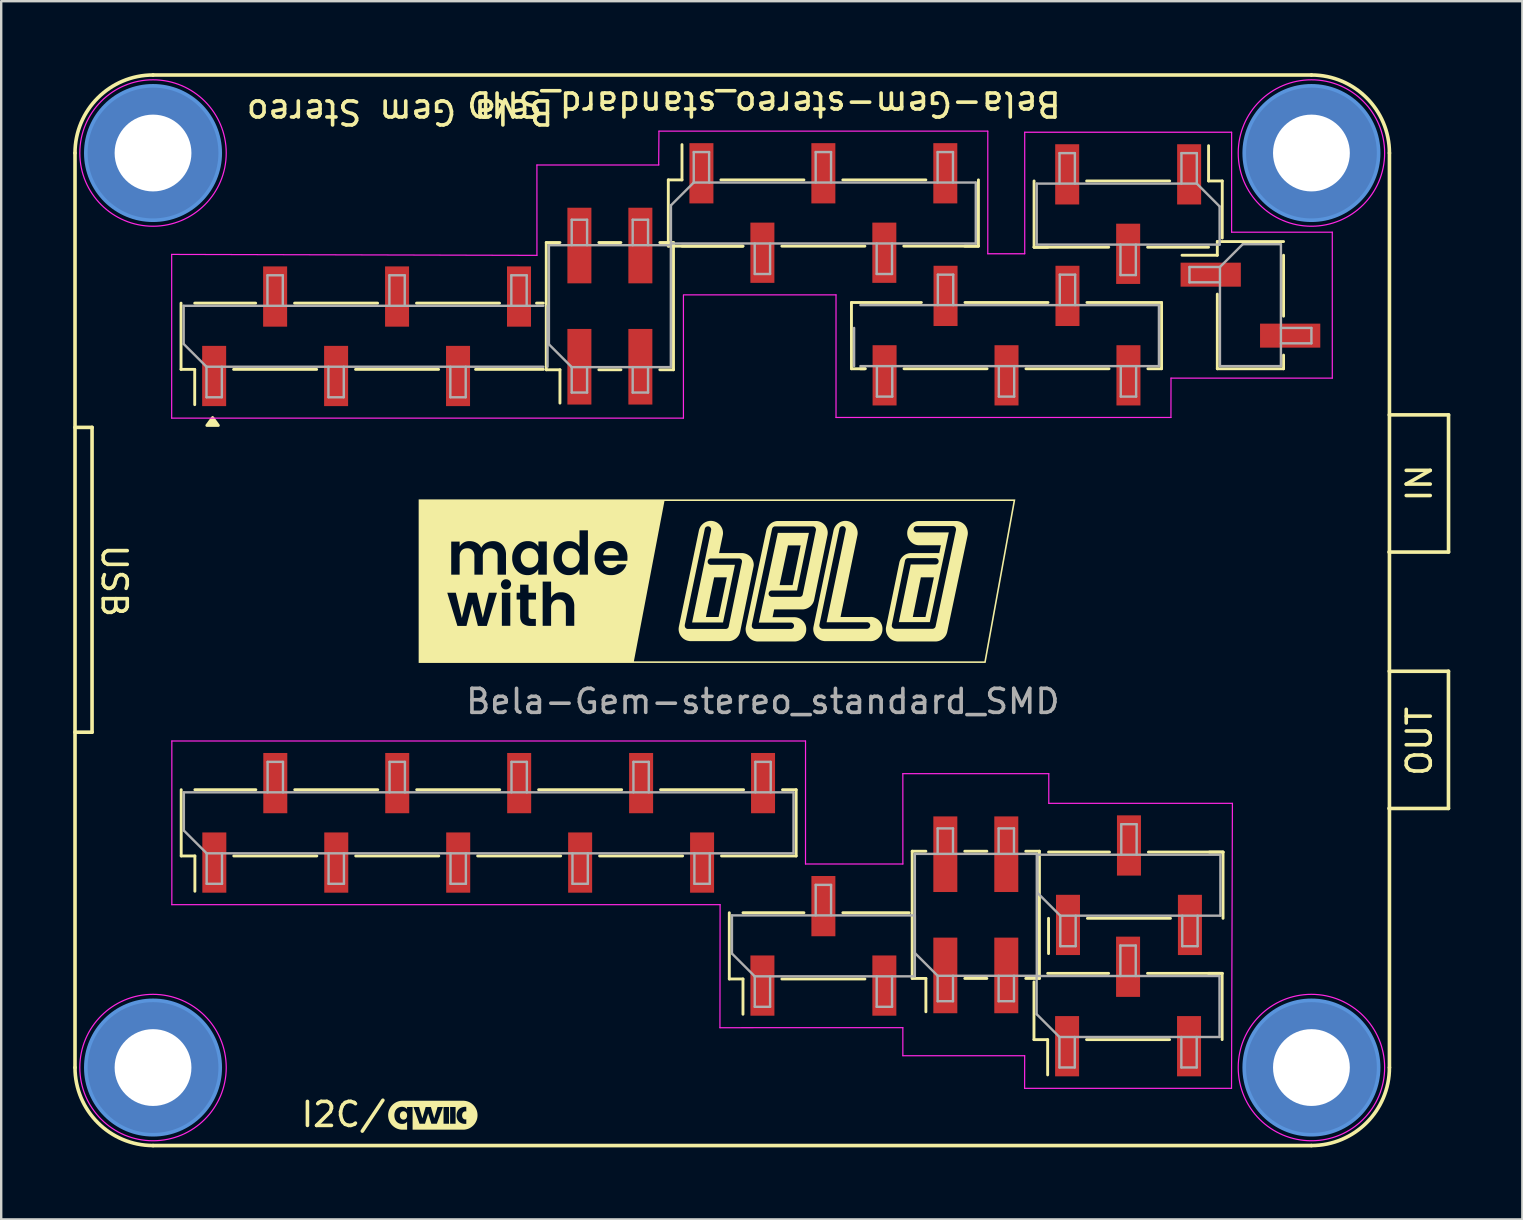
<source format=kicad_pcb>
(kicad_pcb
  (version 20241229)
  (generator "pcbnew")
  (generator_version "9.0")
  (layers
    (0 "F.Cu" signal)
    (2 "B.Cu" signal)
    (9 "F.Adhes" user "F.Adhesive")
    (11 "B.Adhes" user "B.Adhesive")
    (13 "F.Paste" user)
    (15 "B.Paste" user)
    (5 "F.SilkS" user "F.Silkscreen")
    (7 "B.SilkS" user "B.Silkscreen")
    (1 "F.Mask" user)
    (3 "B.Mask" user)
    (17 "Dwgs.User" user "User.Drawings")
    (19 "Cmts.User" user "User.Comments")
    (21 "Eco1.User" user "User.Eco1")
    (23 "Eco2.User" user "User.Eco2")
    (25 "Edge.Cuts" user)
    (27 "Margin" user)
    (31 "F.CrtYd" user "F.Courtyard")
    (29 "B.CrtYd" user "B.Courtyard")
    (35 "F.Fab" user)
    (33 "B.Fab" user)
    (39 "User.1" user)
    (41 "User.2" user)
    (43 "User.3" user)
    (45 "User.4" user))
  (footprint "Bela-Gem-stereo_standard_SMD"
    (layer "F.Cu")
    (at 28.731 21.091)
    (property "Reference" "Bela-Gem-stereo_standard_SMD" (at 0.046 -19.812 180) (unlocked yes) (layer "F.SilkS") (effects (font (size 1 1) (thickness 0.15))))
    (attr smd)
    (fp_line (start -28.656 20.334) (end -28.656 -17.766) (stroke (width 0.15) (type default)) (layer "F.SilkS"))
    (fp_line (start -27.946 -6.336) (end -28.656 -6.336) (stroke (width 0.15) (type default)) (layer "F.SilkS"))
    (fp_line (start -27.946 -6.336) (end -27.946 6.364) (stroke (width 0.15) (type default)) (layer "F.SilkS"))
    (fp_line (start -27.946 6.364) (end -28.656 6.364) (stroke (width 0.15) (type default)) (layer "F.SilkS"))
    (fp_line (start -24.239 -8.752) (end -24.239 -11.512) (stroke (width 0.12) (type solid)) (layer "F.SilkS"))
    (fp_line (start -24.239 -8.752) (end -23.669 -8.752) (stroke (width 0.12) (type solid)) (layer "F.SilkS"))
    (fp_line (start -24.232 11.519) (end -24.232 8.759) (stroke (width 0.12) (type solid)) (layer "F.SilkS"))
    (fp_line (start -24.232 11.519) (end -23.662 11.519) (stroke (width 0.12) (type solid)) (layer "F.SilkS"))
    (fp_line (start -23.669 -11.512) (end -21.129 -11.512) (stroke (width 0.12) (type solid)) (layer "F.SilkS"))
    (fp_line (start -23.669 -8.752) (end -23.669 -7.282) (stroke (width 0.12) (type solid)) (layer "F.SilkS"))
    (fp_line (start -23.662 8.759) (end -21.122 8.759) (stroke (width 0.12) (type solid)) (layer "F.SilkS"))
    (fp_line (start -23.662 11.519) (end -23.662 12.989) (stroke (width 0.12) (type solid)) (layer "F.SilkS"))
    (fp_line (start -22.049 -8.752) (end -18.589 -8.752) (stroke (width 0.12) (type solid)) (layer "F.SilkS"))
    (fp_line (start -22.042 11.519) (end -18.582 11.519) (stroke (width 0.12) (type solid)) (layer "F.SilkS"))
    (fp_line (start -19.509 -11.512) (end -16.049 -11.512) (stroke (width 0.12) (type solid)) (layer "F.SilkS"))
    (fp_line (start -19.502 8.759) (end -16.042 8.759) (stroke (width 0.12) (type solid)) (layer "F.SilkS"))
    (fp_line (start -16.969 -8.752) (end -13.509 -8.752) (stroke (width 0.12) (type solid)) (layer "F.SilkS"))
    (fp_line (start -16.962 11.519) (end -13.502 11.519) (stroke (width 0.12) (type solid)) (layer "F.SilkS"))
    (fp_line (start -14.429 -11.512) (end -10.969 -11.512) (stroke (width 0.12) (type solid)) (layer "F.SilkS"))
    (fp_line (start -14.422 8.759) (end -10.962 8.759) (stroke (width 0.12) (type solid)) (layer "F.SilkS"))
    (fp_line (start -11.969 -8.752) (end -9.144 -8.752) (stroke (width 0.12) (type solid)) (layer "F.SilkS"))
    (fp_line (start -11.882 11.519) (end -8.422 11.519) (stroke (width 0.12) (type solid)) (layer "F.SilkS"))
    (fp_line (start -9.429 -11.512) (end -9.144 -11.512) (stroke (width 0.12) (type solid)) (layer "F.SilkS"))
    (fp_line (start -9.342 8.759) (end -5.882 8.759) (stroke (width 0.12) (type solid)) (layer "F.SilkS"))
    (fp_line (start -9.023 -14.037) (end -8.453 -14.037) (stroke (width 0.12) (type solid)) (layer "F.SilkS"))
    (fp_line (start -9.023 -8.737) (end -9.023 -14.037) (stroke (width 0.12) (type solid)) (layer "F.SilkS"))
    (fp_line (start -9.023 -8.737) (end -8.453 -8.737) (stroke (width 0.12) (type solid)) (layer "F.SilkS"))
    (fp_line (start -8.453 -7.347) (end -8.453 -8.737) (stroke (width 0.12) (type solid)) (layer "F.SilkS"))
    (fp_line (start -6.833 -14.037) (end -5.913 -14.037) (stroke (width 0.12) (type solid)) (layer "F.SilkS"))
    (fp_line (start -6.833 -8.737) (end -5.913 -8.737) (stroke (width 0.12) (type solid)) (layer "F.SilkS"))
    (fp_line (start -6.802 11.519) (end -3.342 11.519) (stroke (width 0.12) (type solid)) (layer "F.SilkS"))
    (fp_line (start -4.293 -14.037) (end -3.723 -14.037) (stroke (width 0.12) (type solid)) (layer "F.SilkS"))
    (fp_line (start -4.293 -8.737) (end -3.723 -8.737) (stroke (width 0.12) (type solid)) (layer "F.SilkS"))
    (fp_line (start -4.262 8.759) (end -0.802 8.759) (stroke (width 0.12) (type solid)) (layer "F.SilkS"))
    (fp_line (start -3.939 -16.647) (end -3.369 -16.647) (stroke (width 0.12) (type solid)) (layer "F.SilkS"))
    (fp_line (start -3.939 -13.887) (end -3.939 -16.647) (stroke (width 0.12) (type solid)) (layer "F.SilkS"))
    (fp_line (start -3.939 -13.887) (end -0.829 -13.887) (stroke (width 0.12) (type solid)) (layer "F.SilkS"))
    (fp_line (start -3.723 -8.737) (end -3.723 -14.037) (stroke (width 0.12) (type solid)) (layer "F.SilkS"))
    (fp_line (start -3.369 -16.647) (end -3.369 -18.117) (stroke (width 0.12) (type solid)) (layer "F.SilkS"))
    (fp_line (start -3.369 -13.887) (end -0.829 -13.887) (stroke (width 0.12) (type solid)) (layer "F.SilkS"))
    (fp_line (start -1.749 -16.647) (end 1.711 -16.647) (stroke (width 0.12) (type solid)) (layer "F.SilkS"))
    (fp_line (start -1.722 11.519) (end 1.388 11.519) (stroke (width 0.12) (type solid)) (layer "F.SilkS"))
    (fp_line (start -1.398 16.644) (end -1.398 13.884) (stroke (width 0.12) (type solid)) (layer "F.SilkS"))
    (fp_line (start -1.398 16.644) (end -0.828 16.644) (stroke (width 0.12) (type solid)) (layer "F.SilkS"))
    (fp_line (start -0.828 13.884) (end 1.712 13.884) (stroke (width 0.12) (type solid)) (layer "F.SilkS"))
    (fp_line (start -0.828 16.644) (end -0.828 18.114) (stroke (width 0.12) (type solid)) (layer "F.SilkS"))
    (fp_line (start 0.791 -13.887) (end 4.251 -13.887) (stroke (width 0.12) (type solid)) (layer "F.SilkS"))
    (fp_line (start 0.792 16.644) (end 4.252 16.644) (stroke (width 0.12) (type solid)) (layer "F.SilkS"))
    (fp_line (start 0.818 8.759) (end 1.388 8.759) (stroke (width 0.12) (type solid)) (layer "F.SilkS"))
    (fp_line (start 1.388 11.519) (end 1.388 8.759) (stroke (width 0.12) (type solid)) (layer "F.SilkS"))
    (fp_line (start 3.331 -16.647) (end 6.791 -16.647) (stroke (width 0.12) (type solid)) (layer "F.SilkS"))
    (fp_line (start 3.332 13.884) (end 6.096 13.884) (stroke (width 0.12) (type solid)) (layer "F.SilkS"))
    (fp_line (start 3.691 -11.539) (end 6.604 -11.539) (stroke (width 0.12) (type solid)) (layer "F.SilkS"))
    (fp_line (start 3.691 -8.779) (end 3.691 -11.539) (stroke (width 0.12) (type solid)) (layer "F.SilkS"))
    (fp_line (start 3.691 -8.779) (end 4.261 -8.779) (stroke (width 0.12) (type solid)) (layer "F.SilkS"))
    (fp_line (start 4.261 -8.779) (end 4.064 -8.779) (stroke (width 0.12) (type solid)) (layer "F.SilkS"))
    (fp_line (start 5.871 -13.887) (end 8.981 -13.887) (stroke (width 0.12) (type solid)) (layer "F.SilkS"))
    (fp_line (start 5.881 -8.779) (end 9.341 -8.779) (stroke (width 0.12) (type solid)) (layer "F.SilkS"))
    (fp_line (start 6.222 11.321) (end 6.792 11.321) (stroke (width 0.12) (type solid)) (layer "F.SilkS"))
    (fp_line (start 6.222 16.621) (end 6.222 11.321) (stroke (width 0.12) (type solid)) (layer "F.SilkS"))
    (fp_line (start 6.222 16.621) (end 6.792 16.621) (stroke (width 0.12) (type solid)) (layer "F.SilkS"))
    (fp_line (start 6.792 18.011) (end 6.792 16.621) (stroke (width 0.12) (type solid)) (layer "F.SilkS"))
    (fp_line (start 8.411 -13.887) (end 8.981 -13.887) (stroke (width 0.12) (type solid)) (layer "F.SilkS"))
    (fp_line (start 8.412 11.321) (end 9.332 11.321) (stroke (width 0.12) (type solid)) (layer "F.SilkS"))
    (fp_line (start 8.412 16.621) (end 9.332 16.621) (stroke (width 0.12) (type solid)) (layer "F.SilkS"))
    (fp_line (start 8.421 -11.539) (end 11.881 -11.539) (stroke (width 0.12) (type solid)) (layer "F.SilkS"))
    (fp_line (start 8.981 -13.887) (end 8.981 -16.647) (stroke (width 0.12) (type solid)) (layer "F.SilkS"))
    (fp_line (start 10.952 11.321) (end 11.522 11.321) (stroke (width 0.12) (type solid)) (layer "F.SilkS"))
    (fp_line (start 10.952 16.621) (end 11.522 16.621) (stroke (width 0.12) (type solid)) (layer "F.SilkS"))
    (fp_line (start 10.961 -8.779) (end 14.421 -8.779) (stroke (width 0.12) (type solid)) (layer "F.SilkS"))
    (fp_line (start 11.295 19.17) (end 11.295 16.764) (stroke (width 0.12) (type solid)) (layer "F.SilkS"))
    (fp_line (start 11.295 19.17) (end 11.865 19.17) (stroke (width 0.12) (type solid)) (layer "F.SilkS"))
    (fp_line (start 11.299 -16.602) (end 11.299 -13.842) (stroke (width 0.12) (type solid)) (layer "F.SilkS"))
    (fp_line (start 11.522 16.621) (end 11.522 11.321) (stroke (width 0.12) (type solid)) (layer "F.SilkS"))
    (fp_line (start 11.865 16.41) (end 14.405 16.41) (stroke (width 0.12) (type solid)) (layer "F.SilkS"))
    (fp_line (start 11.865 19.17) (end 11.865 20.64) (stroke (width 0.12) (type solid)) (layer "F.SilkS"))
    (fp_line (start 11.869 -13.842) (end 11.299 -13.842) (stroke (width 0.12) (type solid)) (layer "F.SilkS"))
    (fp_line (start 11.902 11.357) (end 14.442 11.357) (stroke (width 0.12) (type solid)) (layer "F.SilkS"))
    (fp_line (start 11.902 14.117) (end 11.902 15.587) (stroke (width 0.12) (type solid)) (layer "F.SilkS"))
    (fp_line (start 13.485 19.17) (end 16.945 19.17) (stroke (width 0.12) (type solid)) (layer "F.SilkS"))
    (fp_line (start 13.501 -11.539) (end 16.611 -11.539) (stroke (width 0.12) (type solid)) (layer "F.SilkS"))
    (fp_line (start 13.522 14.117) (end 16.982 14.117) (stroke (width 0.12) (type solid)) (layer "F.SilkS"))
    (fp_line (start 14.409 -13.842) (end 11.299 -13.842) (stroke (width 0.12) (type solid)) (layer "F.SilkS"))
    (fp_line (start 16.025 16.41) (end 19.135 16.41) (stroke (width 0.12) (type solid)) (layer "F.SilkS"))
    (fp_line (start 16.041 -8.779) (end 16.611 -8.779) (stroke (width 0.12) (type solid)) (layer "F.SilkS"))
    (fp_line (start 16.062 11.357) (end 19.172 11.357) (stroke (width 0.12) (type solid)) (layer "F.SilkS"))
    (fp_line (start 16.611 -8.779) (end 16.611 -11.539) (stroke (width 0.12) (type solid)) (layer "F.SilkS"))
    (fp_line (start 16.949 -16.602) (end 13.489 -16.602) (stroke (width 0.12) (type solid)) (layer "F.SilkS"))
    (fp_line (start 18.565 16.41) (end 19.135 16.41) (stroke (width 0.12) (type solid)) (layer "F.SilkS"))
    (fp_line (start 18.569 -16.602) (end 18.569 -18.072) (stroke (width 0.12) (type solid)) (layer "F.SilkS"))
    (fp_line (start 18.569 -13.842) (end 16.029 -13.842) (stroke (width 0.12) (type solid)) (layer "F.SilkS"))
    (fp_line (start 18.602 11.357) (end 19.172 11.357) (stroke (width 0.12) (type solid)) (layer "F.SilkS"))
    (fp_line (start 18.933 -14.078) (end 18.933 -13.508) (stroke (width 0.12) (type solid)) (layer "F.SilkS"))
    (fp_line (start 18.933 -14.078) (end 21.693 -14.078) (stroke (width 0.12) (type solid)) (layer "F.SilkS"))
    (fp_line (start 18.933 -13.508) (end 17.463 -13.508) (stroke (width 0.12) (type solid)) (layer "F.SilkS"))
    (fp_line (start 18.933 -11.888) (end 18.933 -8.778) (stroke (width 0.12) (type solid)) (layer "F.SilkS"))
    (fp_line (start 18.933 -8.778) (end 21.693 -8.778) (stroke (width 0.12) (type solid)) (layer "F.SilkS"))
    (fp_line (start 19.135 19.17) (end 19.135 16.41) (stroke (width 0.12) (type solid)) (layer "F.SilkS"))
    (fp_line (start 19.139 -16.602) (end 18.569 -16.602) (stroke (width 0.12) (type solid)) (layer "F.SilkS"))
    (fp_line (start 19.139 -16.602) (end 19.139 -14.224) (stroke (width 0.12) (type solid)) (layer "F.SilkS"))
    (fp_line (start 19.172 14.117) (end 19.172 11.357) (stroke (width 0.12) (type solid)) (layer "F.SilkS"))
    (fp_line (start 21.693 -13.508) (end 21.693 -10.968) (stroke (width 0.12) (type solid)) (layer "F.SilkS"))
    (fp_line (start 21.693 -9.348) (end 21.693 -8.778) (stroke (width 0.12) (type solid)) (layer "F.SilkS"))
    (fp_line (start 22.854 -21.016) (end -25.406 -21.016) (stroke (width 0.15) (type default)) (layer "F.SilkS"))
    (fp_line (start 22.854 23.584) (end -25.406 23.584) (stroke (width 0.15) (type default)) (layer "F.SilkS"))
    (fp_line (start 26.095 3.824) (end 28.563 3.824) (stroke (width 0.15) (type default)) (layer "F.SilkS"))
    (fp_line (start 26.097 -6.857) (end 28.566 -6.857) (stroke (width 0.15) (type default)) (layer "F.SilkS"))
    (fp_line (start 26.104 20.334) (end 26.104 -17.766) (stroke (width 0.15) (type default)) (layer "F.SilkS"))
    (fp_line (start 28.563 3.824) (end 28.563 9.539) (stroke (width 0.15) (type default)) (layer "F.SilkS"))
    (fp_line (start 28.563 9.539) (end 26.084 9.539) (stroke (width 0.15) (type default)) (layer "F.SilkS"))
    (fp_line (start 28.566 -6.857) (end 28.566 -1.142) (stroke (width 0.15) (type default)) (layer "F.SilkS"))
    (fp_line (start 28.566 -1.142) (end 26.086 -1.142) (stroke (width 0.15) (type default)) (layer "F.SilkS"))
    (fp_arc (start -28.6561 -17.7664) (mid -27.704197 -20.064497) (end -25.4061 -21.0164) (stroke (width 0.15) (type default)) (layer "F.SilkS"))
    (fp_arc (start -25.4061 23.5836) (mid -27.704197 22.631697) (end -28.6561 20.3336) (stroke (width 0.15) (type default)) (layer "F.SilkS"))
    (fp_arc (start 22.8539 -21.0164) (mid 25.151997 -20.064497) (end 26.1039 -17.7664) (stroke (width 0.15) (type default)) (layer "F.SilkS"))
    (fp_arc (start 26.1039 20.3336) (mid 25.151997 22.631697) (end 22.8539 23.5836) (stroke (width 0.15) (type default)) (layer "F.SilkS"))
    (fp_poly (pts (xy -22.924 -6.747) (xy -22.684 -6.417) (xy -23.164 -6.417)) (stroke (width 0.12) (type solid)) (fill yes) (layer "F.SilkS"))
    (fp_poly (pts (xy -6.344 -1.306) (xy -6.34 -1.306) (xy -6.336 -1.306) (xy -6.332 -1.306) (xy -6.329 -1.306) (xy -6.313 -1.305) (xy -6.297 -1.304) (xy -6.281 -1.303) (xy -6.266 -1.301) (xy -6.25 -1.298) (xy -6.235 -1.295) (xy -6.221 -1.291) (xy -6.206 -1.286) (xy -6.192 -1.281) (xy -6.178 -1.275) (xy -6.165 -1.268) (xy -6.152 -1.261) (xy -6.139 -1.253) (xy -6.127 -1.245) (xy -6.115 -1.236) (xy -6.104 -1.226) (xy -6.093 -1.216) (xy -6.082 -1.205) (xy -6.073 -1.194) (xy -6.063 -1.182) (xy -6.054 -1.17) (xy -6.046 -1.157) (xy -6.039 -1.143) (xy -6.032 -1.13) (xy -6.026 -1.115) (xy -6.02 -1.101) (xy -6.016 -1.086) (xy -6.012 -1.071) (xy -6.009 -1.056) (xy -6.006 -1.04) (xy -6.005 -1.024) (xy -6.005 -1.008) (xy -6.653 -1.008) (xy -6.651 -1.024) (xy -6.649 -1.04) (xy -6.646 -1.055) (xy -6.642 -1.07) (xy -6.637 -1.085) (xy -6.632 -1.099) (xy -6.626 -1.113) (xy -6.62 -1.127) (xy -6.613 -1.141) (xy -6.605 -1.154) (xy -6.597 -1.167) (xy -6.588 -1.179) (xy -6.578 -1.191) (xy -6.568 -1.203) (xy -6.558 -1.215) (xy -6.547 -1.226) (xy -6.537 -1.235) (xy -6.527 -1.243) (xy -6.516 -1.251) (xy -6.505 -1.258) (xy -6.494 -1.265) (xy -6.483 -1.271) (xy -6.471 -1.277) (xy -6.459 -1.283) (xy -6.447 -1.288) (xy -6.435 -1.292) (xy -6.422 -1.296) (xy -6.41 -1.299) (xy -6.397 -1.302) (xy -6.384 -1.304) (xy -6.371 -1.306) (xy -6.358 -1.306) (xy -6.358 -1.306) (xy -6.355 -1.306) (xy -6.351 -1.307) (xy -6.347 -1.307)) (stroke (width 0) (type solid)) (fill yes) (layer "F.SilkS"))
    (fp_poly (pts (xy -14.962 22.155) (xy -14.954 22.156) (xy -14.946 22.157) (xy -14.938 22.158) (xy -14.931 22.16) (xy -14.924 22.162) (xy -14.916 22.165) (xy -14.91 22.168) (xy -14.903 22.171) (xy -14.896 22.175) (xy -14.89 22.178) (xy -14.884 22.183) (xy -14.878 22.187) (xy -14.873 22.192) (xy -14.867 22.197) (xy -14.862 22.203) (xy -14.858 22.209) (xy -14.853 22.215) (xy -14.849 22.221) (xy -14.845 22.228) (xy -14.841 22.235) (xy -14.838 22.242) (xy -14.835 22.25) (xy -14.832 22.258) (xy -14.829 22.266) (xy -14.827 22.274) (xy -14.825 22.283) (xy -14.824 22.292) (xy -14.823 22.301) (xy -14.822 22.31) (xy -14.821 22.319) (xy -14.821 22.329) (xy -14.821 22.338) (xy -14.822 22.348) (xy -14.823 22.357) (xy -14.824 22.366) (xy -14.825 22.375) (xy -14.827 22.383) (xy -14.829 22.391) (xy -14.832 22.399) (xy -14.835 22.407) (xy -14.838 22.415) (xy -14.841 22.422) (xy -14.845 22.429) (xy -14.849 22.436) (xy -14.853 22.442) (xy -14.858 22.448) (xy -14.862 22.454) (xy -14.867 22.46) (xy -14.873 22.465) (xy -14.878 22.47) (xy -14.884 22.475) (xy -14.89 22.479) (xy -14.896 22.483) (xy -14.903 22.487) (xy -14.91 22.49) (xy -14.916 22.493) (xy -14.924 22.495) (xy -14.931 22.498) (xy -14.938 22.499) (xy -14.946 22.501) (xy -14.954 22.502) (xy -14.962 22.502) (xy -14.97 22.503) (xy -14.979 22.502) (xy -14.987 22.502) (xy -14.995 22.501) (xy -15.003 22.499) (xy -15.01 22.498) (xy -15.018 22.495) (xy -15.025 22.493) (xy -15.032 22.49) (xy -15.039 22.487) (xy -15.045 22.483) (xy -15.051 22.479) (xy -15.058 22.475) (xy -15.063 22.47) (xy -15.069 22.465) (xy -15.074 22.46) (xy -15.079 22.454) (xy -15.084 22.448) (xy -15.089 22.442) (xy -15.093 22.436) (xy -15.097 22.429) (xy -15.101 22.422) (xy -15.104 22.415) (xy -15.107 22.407) (xy -15.11 22.399) (xy -15.112 22.391) (xy -15.115 22.383) (xy -15.117 22.375) (xy -15.118 22.366) (xy -15.119 22.357) (xy -15.12 22.348) (xy -15.121 22.338) (xy -15.121 22.329) (xy -15.121 22.319) (xy -15.12 22.31) (xy -15.119 22.301) (xy -15.118 22.292) (xy -15.117 22.283) (xy -15.115 22.275) (xy -15.112 22.266) (xy -15.11 22.258) (xy -15.107 22.251) (xy -15.104 22.243) (xy -15.101 22.236) (xy -15.097 22.229) (xy -15.093 22.222) (xy -15.089 22.216) (xy -15.084 22.209) (xy -15.079 22.203) (xy -15.074 22.198) (xy -15.069 22.193) (xy -15.063 22.188) (xy -15.058 22.183) (xy -15.051 22.179) (xy -15.045 22.175) (xy -15.039 22.171) (xy -15.032 22.168) (xy -15.025 22.165) (xy -15.018 22.162) (xy -15.01 22.16) (xy -15.003 22.158) (xy -14.995 22.157) (xy -14.987 22.156) (xy -14.979 22.155) (xy -14.97 22.155)) (stroke (width 0) (type solid)) (fill yes) (layer "F.SilkS"))
    (fp_poly (pts (xy -9.703 -1.305) (xy -9.685 -1.304) (xy -9.667 -1.302) (xy -9.649 -1.298) (xy -9.631 -1.294) (xy -9.614 -1.29) (xy -9.597 -1.284) (xy -9.58 -1.278) (xy -9.564 -1.27) (xy -9.548 -1.262) (xy -9.533 -1.254) (xy -9.518 -1.244) (xy -9.504 -1.234) (xy -9.49 -1.223) (xy -9.477 -1.212) (xy -9.464 -1.2) (xy -9.451 -1.185) (xy -9.438 -1.169) (xy -9.426 -1.153) (xy -9.416 -1.136) (xy -9.406 -1.118) (xy -9.397 -1.1) (xy -9.388 -1.082) (xy -9.381 -1.063) (xy -9.375 -1.044) (xy -9.369 -1.025) (xy -9.365 -1.005) (xy -9.362 -0.985) (xy -9.359 -0.965) (xy -9.358 -0.944) (xy -9.357 -0.923) (xy -9.358 -0.902) (xy -9.356 -0.88) (xy -9.355 -0.858) (xy -9.356 -0.837) (xy -9.358 -0.816) (xy -9.36 -0.795) (xy -9.364 -0.775) (xy -9.369 -0.755) (xy -9.375 -0.735) (xy -9.382 -0.716) (xy -9.39 -0.698) (xy -9.399 -0.68) (xy -9.409 -0.662) (xy -9.42 -0.645) (xy -9.432 -0.629) (xy -9.444 -0.613) (xy -9.457 -0.598) (xy -9.47 -0.585) (xy -9.483 -0.573) (xy -9.497 -0.561) (xy -9.511 -0.551) (xy -9.526 -0.541) (xy -9.542 -0.533) (xy -9.558 -0.525) (xy -9.574 -0.518) (xy -9.59 -0.512) (xy -9.607 -0.506) (xy -9.625 -0.502) (xy -9.642 -0.498) (xy -9.66 -0.496) (xy -9.678 -0.494) (xy -9.697 -0.493) (xy -9.715 -0.492) (xy -9.734 -0.493) (xy -9.752 -0.494) (xy -9.77 -0.496) (xy -9.788 -0.5) (xy -9.806 -0.504) (xy -9.823 -0.509) (xy -9.84 -0.514) (xy -9.857 -0.521) (xy -9.873 -0.529) (xy -9.889 -0.537) (xy -9.904 -0.546) (xy -9.919 -0.556) (xy -9.933 -0.567) (xy -9.947 -0.579) (xy -9.96 -0.591) (xy -9.973 -0.605) (xy -9.986 -0.62) (xy -9.999 -0.636) (xy -10.011 -0.652) (xy -10.021 -0.669) (xy -10.032 -0.686) (xy -10.041 -0.704) (xy -10.049 -0.722) (xy -10.057 -0.741) (xy -10.063 -0.76) (xy -10.069 -0.78) (xy -10.074 -0.799) (xy -10.078 -0.819) (xy -10.081 -0.84) (xy -10.084 -0.86) (xy -10.085 -0.881) (xy -10.086 -0.902) (xy -10.086 -0.923) (xy -10.086 -0.944) (xy -10.085 -0.965) (xy -10.082 -0.985) (xy -10.079 -1.005) (xy -10.074 -1.025) (xy -10.069 -1.044) (xy -10.062 -1.063) (xy -10.055 -1.082) (xy -10.047 -1.1) (xy -10.038 -1.118) (xy -10.028 -1.136) (xy -10.017 -1.153) (xy -10.006 -1.169) (xy -9.993 -1.185) (xy -9.98 -1.2) (xy -9.967 -1.212) (xy -9.954 -1.223) (xy -9.94 -1.234) (xy -9.926 -1.244) (xy -9.911 -1.254) (xy -9.895 -1.262) (xy -9.879 -1.27) (xy -9.863 -1.278) (xy -9.847 -1.284) (xy -9.83 -1.29) (xy -9.812 -1.294) (xy -9.795 -1.298) (xy -9.777 -1.302) (xy -9.759 -1.304) (xy -9.74 -1.305) (xy -9.722 -1.306)) (stroke (width 0) (type solid)) (fill yes) (layer "F.SilkS"))
    (fp_poly (pts (xy -7.99 -1.305) (xy -7.972 -1.304) (xy -7.954 -1.302) (xy -7.936 -1.298) (xy -7.918 -1.294) (xy -7.901 -1.29) (xy -7.884 -1.284) (xy -7.867 -1.278) (xy -7.851 -1.27) (xy -7.835 -1.262) (xy -7.82 -1.254) (xy -7.805 -1.244) (xy -7.791 -1.234) (xy -7.777 -1.223) (xy -7.763 -1.212) (xy -7.751 -1.2) (xy -7.737 -1.185) (xy -7.725 -1.169) (xy -7.713 -1.153) (xy -7.702 -1.136) (xy -7.691 -1.118) (xy -7.681 -1.1) (xy -7.673 -1.082) (xy -7.665 -1.063) (xy -7.658 -1.044) (xy -7.652 -1.025) (xy -7.647 -1.005) (xy -7.643 -0.985) (xy -7.64 -0.965) (xy -7.638 -0.944) (xy -7.638 -0.923) (xy -7.638 -0.902) (xy -7.638 -0.88) (xy -7.638 -0.858) (xy -7.639 -0.837) (xy -7.642 -0.816) (xy -7.645 -0.795) (xy -7.65 -0.774) (xy -7.656 -0.754) (xy -7.662 -0.734) (xy -7.67 -0.715) (xy -7.679 -0.696) (xy -7.688 -0.678) (xy -7.699 -0.659) (xy -7.71 -0.642) (xy -7.723 -0.625) (xy -7.736 -0.608) (xy -7.751 -0.591) (xy -7.763 -0.578) (xy -7.777 -0.566) (xy -7.791 -0.555) (xy -7.805 -0.544) (xy -7.82 -0.535) (xy -7.835 -0.526) (xy -7.851 -0.518) (xy -7.867 -0.511) (xy -7.884 -0.505) (xy -7.901 -0.5) (xy -7.918 -0.495) (xy -7.936 -0.492) (xy -7.954 -0.489) (xy -7.972 -0.487) (xy -7.99 -0.486) (xy -8.009 -0.485) (xy -8.027 -0.486) (xy -8.045 -0.487) (xy -8.064 -0.49) (xy -8.081 -0.493) (xy -8.099 -0.497) (xy -8.116 -0.502) (xy -8.133 -0.508) (xy -8.149 -0.514) (xy -8.165 -0.522) (xy -8.18 -0.53) (xy -8.195 -0.54) (xy -8.21 -0.55) (xy -8.223 -0.561) (xy -8.236 -0.572) (xy -8.248 -0.585) (xy -8.26 -0.598) (xy -8.274 -0.613) (xy -8.288 -0.629) (xy -8.3 -0.645) (xy -8.312 -0.662) (xy -8.323 -0.68) (xy -8.332 -0.697) (xy -8.341 -0.716) (xy -8.348 -0.734) (xy -8.355 -0.754) (xy -8.361 -0.773) (xy -8.365 -0.793) (xy -8.369 -0.813) (xy -8.371 -0.833) (xy -8.373 -0.854) (xy -8.373 -0.875) (xy -8.372 -0.896) (xy -8.373 -0.917) (xy -8.373 -0.937) (xy -8.371 -0.958) (xy -8.369 -0.978) (xy -8.365 -0.999) (xy -8.361 -1.018) (xy -8.356 -1.038) (xy -8.349 -1.057) (xy -8.342 -1.076) (xy -8.334 -1.094) (xy -8.325 -1.112) (xy -8.315 -1.129) (xy -8.304 -1.146) (xy -8.292 -1.162) (xy -8.28 -1.178) (xy -8.267 -1.193) (xy -8.254 -1.207) (xy -8.241 -1.219) (xy -8.227 -1.231) (xy -8.212 -1.242) (xy -8.197 -1.252) (xy -8.182 -1.261) (xy -8.166 -1.269) (xy -8.15 -1.277) (xy -8.133 -1.283) (xy -8.116 -1.289) (xy -8.099 -1.294) (xy -8.081 -1.298) (xy -8.064 -1.302) (xy -8.045 -1.304) (xy -8.027 -1.305) (xy -8.009 -1.306)) (stroke (width 0) (type solid)) (fill yes) (layer "F.SilkS"))
    (fp_poly (pts (xy 3.471 -2.441) (xy 3.496 -2.439) (xy 3.522 -2.435) (xy 3.547 -2.43) (xy 3.572 -2.424) (xy 3.597 -2.417) (xy 3.621 -2.408) (xy 3.644 -2.398) (xy 3.667 -2.388) (xy 3.689 -2.376) (xy 3.71 -2.363) (xy 3.731 -2.349) (xy 3.751 -2.334) (xy 3.77 -2.319) (xy 3.788 -2.302) (xy 3.805 -2.285) (xy 3.822 -2.267) (xy 3.838 -2.248) (xy 3.852 -2.229) (xy 3.866 -2.209) (xy 3.879 -2.188) (xy 3.891 -2.166) (xy 3.902 -2.145) (xy 3.911 -2.122) (xy 3.92 -2.099) (xy 3.928 -2.076) (xy 3.934 -2.052) (xy 3.94 -2.028) (xy 3.944 -2.004) (xy 3.947 -1.979) (xy 3.948 -1.955) (xy 3.949 -1.93) (xy 3.948 -1.904) (xy 3.946 -1.879) (xy 3.942 -1.854) (xy 3.937 -1.828) (xy 3.236 1.565) (xy 4.46 1.565) (xy 4.463 1.565) (xy 4.466 1.565) (xy 4.47 1.565) (xy 4.472 1.564) (xy 4.474 1.564) (xy 4.476 1.564) (xy 4.478 1.563) (xy 4.481 1.563) (xy 4.483 1.562) (xy 4.486 1.561) (xy 4.488 1.561) (xy 4.49 1.56) (xy 4.493 1.558) (xy 4.519 1.56) (xy 4.544 1.562) (xy 4.569 1.566) (xy 4.594 1.571) (xy 4.619 1.578) (xy 4.642 1.585) (xy 4.666 1.594) (xy 4.688 1.604) (xy 4.711 1.615) (xy 4.732 1.627) (xy 4.753 1.639) (xy 4.773 1.653) (xy 4.793 1.668) (xy 4.812 1.684) (xy 4.83 1.701) (xy 4.847 1.718) (xy 4.863 1.736) (xy 4.879 1.755) (xy 4.893 1.775) (xy 4.907 1.795) (xy 4.919 1.816) (xy 4.931 1.838) (xy 4.941 1.86) (xy 4.951 1.883) (xy 4.959 1.906) (xy 4.966 1.93) (xy 4.972 1.954) (xy 4.977 1.979) (xy 4.98 2.004) (xy 4.982 2.029) (xy 4.983 2.055) (xy 4.982 2.081) (xy 4.981 2.107) (xy 4.978 2.132) (xy 4.975 2.158) (xy 4.969 2.182) (xy 4.963 2.207) (xy 4.956 2.23) (xy 4.947 2.254) (xy 4.937 2.276) (xy 4.926 2.299) (xy 4.914 2.32) (xy 4.901 2.341) (xy 4.887 2.361) (xy 4.873 2.381) (xy 4.857 2.4) (xy 4.84 2.418) (xy 4.823 2.435) (xy 4.805 2.451) (xy 4.786 2.467) (xy 4.766 2.481) (xy 4.746 2.495) (xy 4.724 2.507) (xy 4.703 2.519) (xy 4.681 2.529) (xy 4.658 2.539) (xy 4.634 2.547) (xy 4.611 2.554) (xy 4.586 2.56) (xy 4.562 2.565) (xy 4.537 2.568) (xy 4.511 2.57) (xy 4.486 2.571) (xy 4.46 2.57) (xy 2.608 2.57) (xy 2.6 2.57) (xy 2.593 2.57) (xy 2.586 2.57) (xy 2.579 2.569) (xy 2.566 2.568) (xy 2.552 2.566) (xy 2.539 2.564) (xy 2.527 2.562) (xy 2.502 2.557) (xy 2.477 2.552) (xy 2.452 2.545) (xy 2.428 2.537) (xy 2.405 2.528) (xy 2.382 2.517) (xy 2.36 2.506) (xy 2.339 2.493) (xy 2.318 2.48) (xy 2.298 2.466) (xy 2.279 2.45) (xy 2.261 2.434) (xy 2.244 2.417) (xy 2.227 2.399) (xy 2.211 2.381) (xy 2.197 2.361) (xy 2.183 2.341) (xy 2.17 2.321) (xy 2.158 2.3) (xy 2.147 2.278) (xy 2.137 2.255) (xy 2.129 2.233) (xy 2.121 2.209) (xy 2.115 2.186) (xy 2.109 2.162) (xy 2.105 2.138) (xy 2.102 2.113) (xy 2.101 2.088) (xy 2.1 2.063) (xy 2.101 2.038) (xy 2.103 2.013) (xy 2.107 1.987) (xy 2.112 1.962) (xy 2.121 1.919) (xy 2.354 1.919) (xy 2.354 1.926) (xy 2.355 1.933) (xy 2.356 1.941) (xy 2.357 1.948) (xy 2.359 1.955) (xy 2.361 1.962) (xy 2.364 1.969) (xy 2.367 1.976) (xy 2.37 1.982) (xy 2.374 1.989) (xy 2.378 1.995) (xy 2.383 2.002) (xy 2.388 2.008) (xy 2.393 2.013) (xy 2.399 2.019) (xy 2.405 2.024) (xy 2.411 2.028) (xy 2.418 2.033) (xy 2.424 2.037) (xy 2.431 2.04) (xy 2.438 2.044) (xy 2.445 2.046) (xy 2.452 2.049) (xy 2.459 2.051) (xy 2.466 2.052) (xy 2.474 2.054) (xy 2.481 2.054) (xy 2.489 2.054) (xy 4.334 2.054) (xy 4.341 2.054) (xy 4.348 2.054) (xy 4.354 2.053) (xy 4.361 2.051) (xy 4.368 2.05) (xy 4.374 2.048) (xy 4.38 2.046) (xy 4.387 2.043) (xy 4.393 2.04) (xy 4.399 2.037) (xy 4.404 2.033) (xy 4.41 2.03) (xy 4.416 2.026) (xy 4.421 2.021) (xy 4.426 2.017) (xy 4.431 2.012) (xy 4.436 2.007) (xy 4.44 2.002) (xy 4.444 1.997) (xy 4.448 1.992) (xy 4.452 1.986) (xy 4.456 1.98) (xy 4.459 1.974) (xy 4.462 1.968) (xy 4.464 1.962) (xy 4.466 1.955) (xy 4.468 1.949) (xy 4.47 1.942) (xy 4.471 1.936) (xy 4.472 1.929) (xy 4.473 1.922) (xy 4.473 1.916) (xy 4.473 1.909) (xy 4.472 1.902) (xy 4.472 1.896) (xy 4.47 1.889) (xy 4.469 1.883) (xy 4.467 1.876) (xy 4.465 1.87) (xy 4.463 1.864) (xy 4.46 1.858) (xy 4.457 1.853) (xy 4.454 1.847) (xy 4.45 1.842) (xy 4.447 1.837) (xy 4.443 1.832) (xy 4.439 1.827) (xy 4.434 1.822) (xy 4.43 1.818) (xy 4.425 1.814) (xy 4.42 1.81) (xy 4.415 1.806) (xy 4.409 1.803) (xy 4.404 1.799) (xy 4.398 1.796) (xy 4.392 1.794) (xy 4.386 1.791) (xy 4.38 1.789) (xy 4.374 1.787) (xy 4.367 1.786) (xy 4.361 1.785) (xy 4.354 1.784) (xy 4.348 1.783) (xy 4.341 1.783) (xy 2.654 1.783) (xy 3.454 -2.06) (xy 3.455 -2.067) (xy 3.456 -2.073) (xy 3.457 -2.08) (xy 3.457 -2.087) (xy 3.456 -2.094) (xy 3.456 -2.1) (xy 3.455 -2.107) (xy 3.454 -2.113) (xy 3.452 -2.12) (xy 3.45 -2.126) (xy 3.448 -2.132) (xy 3.446 -2.139) (xy 3.443 -2.144) (xy 3.44 -2.15) (xy 3.437 -2.156) (xy 3.434 -2.161) (xy 3.43 -2.167) (xy 3.426 -2.172) (xy 3.422 -2.177) (xy 3.418 -2.182) (xy 3.413 -2.186) (xy 3.408 -2.191) (xy 3.403 -2.195) (xy 3.398 -2.198) (xy 3.392 -2.202) (xy 3.387 -2.205) (xy 3.381 -2.208) (xy 3.375 -2.211) (xy 3.368 -2.213) (xy 3.362 -2.215) (xy 3.355 -2.217) (xy 3.349 -2.219) (xy 3.342 -2.22) (xy 3.335 -2.22) (xy 3.328 -2.221) (xy 3.321 -2.221) (xy 3.315 -2.221) (xy 3.308 -2.22) (xy 3.301 -2.219) (xy 3.295 -2.218) (xy 3.289 -2.216) (xy 3.282 -2.215) (xy 3.276 -2.212) (xy 3.27 -2.21) (xy 3.264 -2.207) (xy 3.258 -2.204) (xy 3.252 -2.201) (xy 3.247 -2.198) (xy 3.242 -2.194) (xy 3.236 -2.19) (xy 3.231 -2.186) (xy 3.227 -2.182) (xy 3.222 -2.177) (xy 3.218 -2.172) (xy 3.214 -2.167) (xy 3.21 -2.162) (xy 3.206 -2.156) (xy 3.203 -2.151) (xy 3.2 -2.145) (xy 3.197 -2.139) (xy 3.195 -2.132) (xy 3.193 -2.126) (xy 3.191 -2.119) (xy 3.19 -2.113) (xy 2.356 1.889) (xy 2.355 1.897) (xy 2.355 1.904) (xy 2.354 1.911) (xy 2.354 1.919) (xy 2.121 1.919) (xy 2.945 -2.04) (xy 2.951 -2.065) (xy 2.959 -2.09) (xy 2.967 -2.114) (xy 2.977 -2.137) (xy 2.988 -2.16) (xy 3 -2.182) (xy 3.012 -2.203) (xy 3.026 -2.224) (xy 3.041 -2.244) (xy 3.056 -2.263) (xy 3.073 -2.281) (xy 3.09 -2.298) (xy 3.108 -2.315) (xy 3.127 -2.331) (xy 3.147 -2.345) (xy 3.167 -2.359) (xy 3.187 -2.372) (xy 3.209 -2.384) (xy 3.231 -2.395) (xy 3.253 -2.404) (xy 3.276 -2.413) (xy 3.299 -2.421) (xy 3.323 -2.427) (xy 3.347 -2.432) (xy 3.371 -2.437) (xy 3.396 -2.44) (xy 3.421 -2.441) (xy 3.446 -2.442)) (stroke (width 0) (type solid)) (fill yes) (layer "F.SilkS"))
    (fp_poly (pts (xy -2.138 -2.441) (xy -2.113 -2.439) (xy -2.088 -2.435) (xy -2.062 -2.43) (xy -2.037 -2.424) (xy -2.012 -2.417) (xy -1.988 -2.408) (xy -1.965 -2.398) (xy -1.942 -2.388) (xy -1.92 -2.376) (xy -1.899 -2.363) (xy -1.878 -2.349) (xy -1.859 -2.334) (xy -1.839 -2.319) (xy -1.821 -2.302) (xy -1.804 -2.285) (xy -1.787 -2.267) (xy -1.772 -2.248) (xy -1.757 -2.229) (xy -1.743 -2.209) (xy -1.73 -2.188) (xy -1.718 -2.166) (xy -1.707 -2.145) (xy -1.698 -2.122) (xy -1.689 -2.099) (xy -1.681 -2.076) (xy -1.675 -2.052) (xy -1.67 -2.028) (xy -1.665 -2.004) (xy -1.663 -1.979) (xy -1.661 -1.955) (xy -1.66 -1.93) (xy -1.661 -1.904) (xy -1.663 -1.879) (xy -1.667 -1.854) (xy -1.672 -1.828) (xy -1.824 -1.101) (xy -0.885 -1.101) (xy -0.856 -1.1) (xy -0.828 -1.098) (xy -0.8 -1.094) (xy -0.773 -1.088) (xy -0.745 -1.082) (xy -0.718 -1.073) (xy -0.692 -1.064) (xy -0.666 -1.053) (xy -0.641 -1.04) (xy -0.617 -1.026) (xy -0.593 -1.011) (xy -0.57 -0.995) (xy -0.548 -0.977) (xy -0.527 -0.958) (xy -0.507 -0.937) (xy -0.488 -0.915) (xy -0.488 -0.915) (xy -0.471 -0.893) (xy -0.456 -0.869) (xy -0.442 -0.845) (xy -0.429 -0.821) (xy -0.417 -0.796) (xy -0.407 -0.77) (xy -0.399 -0.744) (xy -0.392 -0.718) (xy -0.387 -0.691) (xy -0.383 -0.665) (xy -0.381 -0.638) (xy -0.38 -0.611) (xy -0.381 -0.585) (xy -0.384 -0.558) (xy -0.389 -0.532) (xy -0.395 -0.505) (xy -0.944 2.167) (xy -0.949 2.188) (xy -0.955 2.21) (xy -0.962 2.23) (xy -0.969 2.251) (xy -0.978 2.271) (xy -0.987 2.29) (xy -0.997 2.309) (xy -1.008 2.328) (xy -1.019 2.346) (xy -1.032 2.363) (xy -1.059 2.396) (xy -1.088 2.427) (xy -1.12 2.455) (xy -1.155 2.481) (xy -1.191 2.504) (xy -1.229 2.523) (xy -1.249 2.532) (xy -1.269 2.54) (xy -1.289 2.547) (xy -1.31 2.553) (xy -1.331 2.558) (xy -1.353 2.563) (xy -1.374 2.566) (xy -1.396 2.568) (xy -1.418 2.57) (xy -1.44 2.57) (xy -3.001 2.57) (xy -3.009 2.57) (xy -3.016 2.57) (xy -3.023 2.57) (xy -3.03 2.569) (xy -3.044 2.568) (xy -3.057 2.566) (xy -3.07 2.564) (xy -3.082 2.562) (xy -3.107 2.557) (xy -3.132 2.552) (xy -3.157 2.545) (xy -3.181 2.537) (xy -3.204 2.528) (xy -3.227 2.517) (xy -3.249 2.506) (xy -3.27 2.493) (xy -3.291 2.48) (xy -3.311 2.466) (xy -3.33 2.45) (xy -3.348 2.434) (xy -3.366 2.417) (xy -3.382 2.399) (xy -3.398 2.381) (xy -3.413 2.361) (xy -3.426 2.341) (xy -3.439 2.321) (xy -3.451 2.3) (xy -3.462 2.278) (xy -3.472 2.255) (xy -3.48 2.233) (xy -3.488 2.209) (xy -3.494 2.186) (xy -3.5 2.162) (xy -3.504 2.138) (xy -3.507 2.113) (xy -3.509 2.088) (xy -3.509 2.063) (xy -3.508 2.038) (xy -3.506 2.013) (xy -3.502 1.987) (xy -3.498 1.962) (xy -3.484 1.896) (xy -3.253 1.896) (xy -3.253 1.929) (xy -3.253 1.936) (xy -3.252 1.943) (xy -3.251 1.95) (xy -3.25 1.957) (xy -3.249 1.964) (xy -3.247 1.97) (xy -3.245 1.977) (xy -3.242 1.983) (xy -3.24 1.989) (xy -3.237 1.995) (xy -3.234 2) (xy -3.23 2.006) (xy -3.226 2.011) (xy -3.222 2.016) (xy -3.218 2.02) (xy -3.214 2.025) (xy -3.209 2.029) (xy -3.204 2.033) (xy -3.199 2.037) (xy -3.194 2.04) (xy -3.189 2.043) (xy -3.183 2.046) (xy -3.178 2.049) (xy -3.172 2.052) (xy -3.166 2.054) (xy -3.16 2.056) (xy -3.153 2.057) (xy -3.147 2.059) (xy -3.141 2.06) (xy -3.134 2.06) (xy -3.127 2.061) (xy -3.12 2.061) (xy -1.553 2.061) (xy -1.547 2.061) (xy -1.541 2.061) (xy -1.535 2.06) (xy -1.529 2.059) (xy -1.523 2.058) (xy -1.517 2.057) (xy -1.512 2.056) (xy -1.506 2.054) (xy -1.501 2.052) (xy -1.495 2.05) (xy -1.49 2.048) (xy -1.485 2.045) (xy -1.481 2.042) (xy -1.476 2.039) (xy -1.471 2.036) (xy -1.467 2.033) (xy -1.463 2.029) (xy -1.458 2.026) (xy -1.455 2.022) (xy -1.451 2.018) (xy -1.447 2.014) (xy -1.444 2.009) (xy -1.441 2.005) (xy -1.437 2) (xy -1.435 1.995) (xy -1.432 1.99) (xy -1.43 1.984) (xy -1.427 1.979) (xy -1.425 1.973) (xy -1.423 1.967) (xy -1.422 1.961) (xy -1.421 1.955) (xy -0.872 -0.717) (xy -0.872 -0.717) (xy -0.87 -0.724) (xy -0.87 -0.732) (xy -0.869 -0.739) (xy -0.869 -0.747) (xy -0.869 -0.754) (xy -0.87 -0.761) (xy -0.87 -0.769) (xy -0.872 -0.776) (xy -0.873 -0.783) (xy -0.875 -0.79) (xy -0.877 -0.797) (xy -0.879 -0.804) (xy -0.882 -0.81) (xy -0.885 -0.817) (xy -0.888 -0.823) (xy -0.891 -0.829) (xy -0.896 -0.834) (xy -0.902 -0.839) (xy -0.908 -0.844) (xy -0.913 -0.848) (xy -0.92 -0.852) (xy -0.926 -0.856) (xy -0.933 -0.859) (xy -0.939 -0.863) (xy -0.946 -0.865) (xy -0.953 -0.868) (xy -0.96 -0.87) (xy -0.968 -0.872) (xy -0.975 -0.874) (xy -0.982 -0.875) (xy -0.99 -0.876) (xy -0.997 -0.876) (xy -2.168 -0.876) (xy -2.175 -0.876) (xy -2.181 -0.875) (xy -2.188 -0.874) (xy -2.195 -0.873) (xy -2.201 -0.872) (xy -2.207 -0.87) (xy -2.213 -0.868) (xy -2.219 -0.865) (xy -2.225 -0.863) (xy -2.231 -0.86) (xy -2.236 -0.857) (xy -2.242 -0.853) (xy -2.247 -0.849) (xy -2.252 -0.845) (xy -2.257 -0.841) (xy -2.261 -0.837) (xy -2.266 -0.832) (xy -2.27 -0.828) (xy -2.274 -0.823) (xy -2.278 -0.817) (xy -2.281 -0.812) (xy -2.284 -0.806) (xy -2.287 -0.801) (xy -2.29 -0.795) (xy -2.292 -0.789) (xy -2.294 -0.783) (xy -2.296 -0.776) (xy -2.298 -0.77) (xy -2.299 -0.764) (xy -2.3 -0.757) (xy -2.3 -0.75) (xy -2.3 -0.743) (xy -2.3 -0.737) (xy -2.3 -0.73) (xy -2.299 -0.723) (xy -2.298 -0.717) (xy -2.296 -0.711) (xy -2.294 -0.704) (xy -2.292 -0.698) (xy -2.29 -0.692) (xy -2.287 -0.686) (xy -2.284 -0.681) (xy -2.281 -0.675) (xy -2.278 -0.67) (xy -2.274 -0.664) (xy -2.27 -0.659) (xy -2.266 -0.655) (xy -2.261 -0.65) (xy -2.257 -0.646) (xy -2.252 -0.641) (xy -2.247 -0.638) (xy -2.242 -0.634) (xy -2.236 -0.63) (xy -2.231 -0.627) (xy -2.225 -0.624) (xy -2.219 -0.622) (xy -2.213 -0.619) (xy -2.207 -0.617) (xy -2.201 -0.615) (xy -2.195 -0.614) (xy -2.188 -0.613) (xy -2.181 -0.612) (xy -2.175 -0.611) (xy -2.168 -0.611) (xy -1.163 -0.611) (xy -1.659 1.79) (xy -2.948 1.79) (xy -2.902 1.565) (xy -2.373 1.565) (xy -1.844 1.565) (xy -1.5 -0.089) (xy -2.029 -0.089) (xy -2.373 1.565) (xy -2.902 1.565) (xy -2.155 -2.053) (xy -2.154 -2.06) (xy -2.153 -2.067) (xy -2.153 -2.074) (xy -2.153 -2.08) (xy -2.153 -2.087) (xy -2.153 -2.094) (xy -2.154 -2.1) (xy -2.155 -2.107) (xy -2.157 -2.113) (xy -2.159 -2.12) (xy -2.161 -2.126) (xy -2.163 -2.132) (xy -2.166 -2.138) (xy -2.169 -2.144) (xy -2.172 -2.149) (xy -2.175 -2.155) (xy -2.179 -2.16) (xy -2.183 -2.165) (xy -2.187 -2.17) (xy -2.192 -2.175) (xy -2.196 -2.18) (xy -2.201 -2.184) (xy -2.206 -2.188) (xy -2.211 -2.192) (xy -2.217 -2.195) (xy -2.223 -2.199) (xy -2.229 -2.202) (xy -2.235 -2.204) (xy -2.241 -2.207) (xy -2.247 -2.209) (xy -2.254 -2.211) (xy -2.261 -2.212) (xy -2.267 -2.213) (xy -2.274 -2.214) (xy -2.281 -2.214) (xy -2.288 -2.214) (xy -2.294 -2.214) (xy -2.301 -2.213) (xy -2.308 -2.212) (xy -2.314 -2.211) (xy -2.321 -2.21) (xy -2.327 -2.208) (xy -2.333 -2.206) (xy -2.339 -2.203) (xy -2.345 -2.201) (xy -2.351 -2.198) (xy -2.357 -2.195) (xy -2.362 -2.191) (xy -2.368 -2.188) (xy -2.373 -2.184) (xy -2.378 -2.179) (xy -2.382 -2.175) (xy -2.387 -2.17) (xy -2.391 -2.166) (xy -2.395 -2.16) (xy -2.399 -2.155) (xy -2.403 -2.15) (xy -2.406 -2.144) (xy -2.409 -2.138) (xy -2.412 -2.132) (xy -2.414 -2.126) (xy -2.416 -2.119) (xy -2.418 -2.113) (xy -2.419 -2.106) (xy -3.253 1.896) (xy -3.484 1.896) (xy -2.664 -2.04) (xy -2.658 -2.065) (xy -2.65 -2.09) (xy -2.642 -2.114) (xy -2.632 -2.137) (xy -2.621 -2.16) (xy -2.61 -2.182) (xy -2.597 -2.203) (xy -2.583 -2.224) (xy -2.568 -2.244) (xy -2.553 -2.263) (xy -2.536 -2.281) (xy -2.519 -2.298) (xy -2.501 -2.315) (xy -2.482 -2.331) (xy -2.463 -2.345) (xy -2.442 -2.359) (xy -2.422 -2.372) (xy -2.4 -2.384) (xy -2.378 -2.395) (xy -2.356 -2.404) (xy -2.333 -2.413) (xy -2.31 -2.421) (xy -2.286 -2.427) (xy -2.262 -2.432) (xy -2.238 -2.437) (xy -2.213 -2.44) (xy -2.188 -2.441) (xy -2.163 -2.442)) (stroke (width 0) (type solid)) (fill yes) (layer "F.SilkS"))
    (fp_poly (pts (xy -12.46 21.717) (xy -12.429 21.719) (xy -12.399 21.723) (xy -12.369 21.728) (xy -12.34 21.735) (xy -12.311 21.743) (xy -12.283 21.753) (xy -12.256 21.763) (xy -12.229 21.775) (xy -12.203 21.789) (xy -12.178 21.803) (xy -12.153 21.819) (xy -12.13 21.836) (xy -12.107 21.854) (xy -12.085 21.873) (xy -12.064 21.893) (xy -12.044 21.914) (xy -12.025 21.936) (xy -12.007 21.958) (xy -11.99 21.982) (xy -11.975 22.007) (xy -11.96 22.032) (xy -11.947 22.058) (xy -11.935 22.085) (xy -11.924 22.112) (xy -11.914 22.14) (xy -11.906 22.169) (xy -11.899 22.198) (xy -11.894 22.228) (xy -11.89 22.258) (xy -11.888 22.289) (xy -11.887 22.32) (xy -11.887 22.32) (xy -11.888 22.351) (xy -11.89 22.381) (xy -11.894 22.412) (xy -11.899 22.441) (xy -11.906 22.47) (xy -11.914 22.499) (xy -11.924 22.527) (xy -11.935 22.555) (xy -11.947 22.581) (xy -11.96 22.607) (xy -11.975 22.633) (xy -11.99 22.657) (xy -12.007 22.681) (xy -12.025 22.704) (xy -12.044 22.726) (xy -12.064 22.746) (xy -12.085 22.766) (xy -12.107 22.785) (xy -12.13 22.803) (xy -12.153 22.82) (xy -12.178 22.836) (xy -12.203 22.85) (xy -12.229 22.864) (xy -12.256 22.876) (xy -12.283 22.887) (xy -12.311 22.896) (xy -12.34 22.904) (xy -12.369 22.911) (xy -12.399 22.916) (xy -12.429 22.92) (xy -12.46 22.923) (xy -12.491 22.923) (xy -14.592 22.923) (xy -14.592 21.978) (xy -14.556 21.978) (xy -14.303 22.674) (xy -14.076 22.674) (xy -13.942 22.244) (xy -13.81 22.674) (xy -13.583 22.674) (xy -13.303 22.674) (xy -13.075 22.674) (xy -13.029 22.674) (xy -12.801 22.674) (xy -12.801 22.329) (xy -12.76 22.329) (xy -12.76 22.349) (xy -12.758 22.368) (xy -12.756 22.387) (xy -12.754 22.405) (xy -12.75 22.423) (xy -12.745 22.44) (xy -12.74 22.457) (xy -12.734 22.474) (xy -12.728 22.489) (xy -12.72 22.505) (xy -12.712 22.52) (xy -12.704 22.534) (xy -12.694 22.547) (xy -12.684 22.56) (xy -12.673 22.573) (xy -12.662 22.585) (xy -12.65 22.596) (xy -12.637 22.607) (xy -12.624 22.617) (xy -12.61 22.626) (xy -12.596 22.634) (xy -12.581 22.642) (xy -12.565 22.65) (xy -12.549 22.656) (xy -12.532 22.662) (xy -12.515 22.667) (xy -12.498 22.671) (xy -12.479 22.675) (xy -12.461 22.678) (xy -12.442 22.68) (xy -12.422 22.681) (xy -12.402 22.681) (xy -12.396 22.681) (xy -12.39 22.681) (xy -12.384 22.681) (xy -12.379 22.681) (xy -12.373 22.68) (xy -12.367 22.68) (xy -12.355 22.679) (xy -12.355 22.493) (xy -12.36 22.493) (xy -12.364 22.494) (xy -12.368 22.495) (xy -12.373 22.495) (xy -12.377 22.496) (xy -12.382 22.496) (xy -12.386 22.496) (xy -12.391 22.496) (xy -12.398 22.496) (xy -12.406 22.495) (xy -12.413 22.494) (xy -12.42 22.493) (xy -12.427 22.491) (xy -12.434 22.489) (xy -12.441 22.487) (xy -12.447 22.484) (xy -12.454 22.481) (xy -12.46 22.478) (xy -12.465 22.474) (xy -12.471 22.47) (xy -12.476 22.465) (xy -12.482 22.46) (xy -12.486 22.455) (xy -12.491 22.45) (xy -12.496 22.444) (xy -12.5 22.438) (xy -12.504 22.432) (xy -12.508 22.426) (xy -12.511 22.419) (xy -12.514 22.412) (xy -12.517 22.404) (xy -12.52 22.397) (xy -12.522 22.389) (xy -12.524 22.381) (xy -12.526 22.373) (xy -12.527 22.364) (xy -12.529 22.346) (xy -12.53 22.328) (xy -12.53 22.318) (xy -12.529 22.309) (xy -12.528 22.3) (xy -12.527 22.292) (xy -12.526 22.283) (xy -12.524 22.275) (xy -12.522 22.267) (xy -12.52 22.259) (xy -12.517 22.251) (xy -12.514 22.244) (xy -12.511 22.237) (xy -12.508 22.23) (xy -12.504 22.224) (xy -12.5 22.217) (xy -12.496 22.211) (xy -12.491 22.206) (xy -12.486 22.2) (xy -12.482 22.195) (xy -12.476 22.19) (xy -12.471 22.186) (xy -12.465 22.182) (xy -12.46 22.178) (xy -12.454 22.174) (xy -12.447 22.171) (xy -12.441 22.168) (xy -12.434 22.166) (xy -12.427 22.164) (xy -12.42 22.162) (xy -12.413 22.161) (xy -12.406 22.16) (xy -12.398 22.159) (xy -12.391 22.159) (xy -12.386 22.159) (xy -12.382 22.159) (xy -12.377 22.16) (xy -12.373 22.16) (xy -12.368 22.161) (xy -12.364 22.161) (xy -12.36 22.162) (xy -12.355 22.163) (xy -12.355 21.972) (xy -12.366 21.971) (xy -12.372 21.971) (xy -12.377 21.971) (xy -12.383 21.97) (xy -12.389 21.97) (xy -12.394 21.97) (xy -12.4 21.97) (xy -12.42 21.97) (xy -12.44 21.972) (xy -12.459 21.974) (xy -12.477 21.977) (xy -12.496 21.98) (xy -12.513 21.985) (xy -12.531 21.99) (xy -12.547 21.996) (xy -12.564 22.002) (xy -12.579 22.01) (xy -12.594 22.018) (xy -12.609 22.027) (xy -12.623 22.036) (xy -12.636 22.046) (xy -12.649 22.057) (xy -12.661 22.068) (xy -12.673 22.08) (xy -12.683 22.093) (xy -12.694 22.106) (xy -12.703 22.12) (xy -12.712 22.135) (xy -12.72 22.15) (xy -12.727 22.165) (xy -12.734 22.182) (xy -12.74 22.198) (xy -12.745 22.216) (xy -12.75 22.233) (xy -12.753 22.251) (xy -12.756 22.27) (xy -12.758 22.289) (xy -12.76 22.309) (xy -12.76 22.329) (xy -12.801 22.329) (xy -12.801 21.978) (xy -13.029 21.978) (xy -13.029 22.674) (xy -13.075 22.674) (xy -13.075 21.978) (xy -13.303 21.978) (xy -13.303 22.674) (xy -13.583 22.674) (xy -13.329 21.978) (xy -13.553 21.978) (xy -13.691 22.449) (xy -13.829 21.978) (xy -14.048 21.978) (xy -14.184 22.449) (xy -14.323 21.978) (xy -14.556 21.978) (xy -14.592 21.978) (xy -14.821 21.978) (xy -14.821 22.069) (xy -14.831 22.058) (xy -14.84 22.047) (xy -14.851 22.036) (xy -14.862 22.027) (xy -14.874 22.018) (xy -14.886 22.01) (xy -14.898 22.003) (xy -14.911 21.996) (xy -14.925 21.99) (xy -14.939 21.985) (xy -14.953 21.98) (xy -14.968 21.977) (xy -14.983 21.974) (xy -14.999 21.972) (xy -15.015 21.97) (xy -15.032 21.97) (xy -15.05 21.97) (xy -15.067 21.972) (xy -15.084 21.974) (xy -15.101 21.976) (xy -15.117 21.98) (xy -15.133 21.984) (xy -15.148 21.989) (xy -15.163 21.995) (xy -15.177 22.002) (xy -15.191 22.009) (xy -15.204 22.017) (xy -15.217 22.026) (xy -15.23 22.035) (xy -15.241 22.045) (xy -15.253 22.055) (xy -15.263 22.067) (xy -15.274 22.078) (xy -15.283 22.091) (xy -15.292 22.104) (xy -15.301 22.118) (xy -15.309 22.132) (xy -15.316 22.147) (xy -15.322 22.162) (xy -15.328 22.178) (xy -15.334 22.194) (xy -15.338 22.211) (xy -15.342 22.229) (xy -15.345 22.246) (xy -15.348 22.265) (xy -15.35 22.284) (xy -15.351 22.303) (xy -15.351 22.322) (xy -15.351 22.343) (xy -15.35 22.362) (xy -15.348 22.381) (xy -15.345 22.4) (xy -15.342 22.418) (xy -15.338 22.436) (xy -15.333 22.453) (xy -15.328 22.47) (xy -15.322 22.486) (xy -15.315 22.502) (xy -15.308 22.517) (xy -15.3 22.531) (xy -15.292 22.545) (xy -15.282 22.559) (xy -15.273 22.572) (xy -15.262 22.584) (xy -15.251 22.595) (xy -15.24 22.606) (xy -15.228 22.616) (xy -15.215 22.626) (xy -15.202 22.635) (xy -15.189 22.643) (xy -15.175 22.65) (xy -15.16 22.657) (xy -15.145 22.663) (xy -15.129 22.668) (xy -15.113 22.672) (xy -15.097 22.676) (xy -15.08 22.679) (xy -15.063 22.681) (xy -15.045 22.682) (xy -15.027 22.683) (xy -15.011 22.682) (xy -14.995 22.681) (xy -14.98 22.679) (xy -14.965 22.676) (xy -14.95 22.673) (xy -14.936 22.668) (xy -14.922 22.663) (xy -14.909 22.657) (xy -14.896 22.651) (xy -14.884 22.643) (xy -14.872 22.635) (xy -14.861 22.626) (xy -14.85 22.617) (xy -14.84 22.606) (xy -14.83 22.595) (xy -14.821 22.584) (xy -14.821 22.923) (xy -15.008 22.923) (xy -15.039 22.923) (xy -15.069 22.92) (xy -15.1 22.916) (xy -15.129 22.911) (xy -15.159 22.904) (xy -15.187 22.896) (xy -15.215 22.887) (xy -15.243 22.876) (xy -15.269 22.864) (xy -15.296 22.85) (xy -15.321 22.836) (xy -15.345 22.82) (xy -15.369 22.803) (xy -15.392 22.785) (xy -15.414 22.766) (xy -15.435 22.746) (xy -15.455 22.726) (xy -15.474 22.704) (xy -15.492 22.681) (xy -15.508 22.657) (xy -15.524 22.633) (xy -15.539 22.607) (xy -15.552 22.581) (xy -15.564 22.555) (xy -15.575 22.527) (xy -15.584 22.499) (xy -15.592 22.47) (xy -15.599 22.441) (xy -15.604 22.412) (xy -15.608 22.381) (xy -15.611 22.351) (xy -15.611 22.32) (xy -15.611 22.32) (xy -15.611 22.289) (xy -15.608 22.258) (xy -15.604 22.228) (xy -15.599 22.198) (xy -15.592 22.169) (xy -15.584 22.14) (xy -15.575 22.112) (xy -15.564 22.085) (xy -15.552 22.058) (xy -15.539 22.032) (xy -15.524 22.007) (xy -15.508 21.982) (xy -15.492 21.958) (xy -15.474 21.936) (xy -15.455 21.914) (xy -15.435 21.893) (xy -15.414 21.873) (xy -15.392 21.854) (xy -15.369 21.836) (xy -15.345 21.819) (xy -15.321 21.803) (xy -15.296 21.789) (xy -15.269 21.775) (xy -15.243 21.763) (xy -15.215 21.753) (xy -15.187 21.743) (xy -15.159 21.735) (xy -15.129 21.728) (xy -15.1 21.723) (xy -15.069 21.719) (xy -15.039 21.717) (xy -15.008 21.716) (xy -12.491 21.716)) (stroke (width 0) (type solid)) (fill yes) (layer "F.SilkS"))
    (fp_poly (pts (xy 6.537 -2.437) (xy 8.032 -2.437) (xy 8.061 -2.436) (xy 8.09 -2.434) (xy 8.119 -2.43) (xy 8.147 -2.425) (xy 8.174 -2.418) (xy 8.201 -2.41) (xy 8.227 -2.4) (xy 8.252 -2.389) (xy 8.277 -2.376) (xy 8.301 -2.363) (xy 8.325 -2.347) (xy 8.347 -2.331) (xy 8.369 -2.313) (xy 8.39 -2.294) (xy 8.41 -2.273) (xy 8.429 -2.252) (xy 8.445 -2.229) (xy 8.461 -2.205) (xy 8.475 -2.181) (xy 8.488 -2.156) (xy 8.499 -2.13) (xy 8.509 -2.104) (xy 8.518 -2.077) (xy 8.525 -2.05) (xy 8.531 -2.022) (xy 8.535 -1.995) (xy 8.538 -1.967) (xy 8.539 -1.939) (xy 8.539 -1.911) (xy 8.537 -1.883) (xy 8.533 -1.856) (xy 8.528 -1.828) (xy 7.681 2.18) (xy 7.676 2.202) (xy 7.669 2.224) (xy 7.662 2.245) (xy 7.654 2.266) (xy 7.646 2.286) (xy 7.636 2.306) (xy 7.626 2.325) (xy 7.615 2.344) (xy 7.603 2.362) (xy 7.591 2.379) (xy 7.577 2.396) (xy 7.564 2.412) (xy 7.549 2.428) (xy 7.534 2.443) (xy 7.503 2.471) (xy 7.469 2.496) (xy 7.451 2.508) (xy 7.433 2.519) (xy 7.414 2.529) (xy 7.395 2.538) (xy 7.375 2.546) (xy 7.356 2.554) (xy 7.335 2.561) (xy 7.315 2.567) (xy 7.294 2.572) (xy 7.273 2.576) (xy 7.251 2.579) (xy 7.229 2.582) (xy 7.207 2.583) (xy 7.185 2.584) (xy 5.631 2.584) (xy 5.624 2.584) (xy 5.618 2.583) (xy 5.606 2.583) (xy 5.593 2.581) (xy 5.581 2.58) (xy 5.569 2.578) (xy 5.556 2.575) (xy 5.531 2.57) (xy 5.506 2.565) (xy 5.481 2.558) (xy 5.456 2.55) (xy 5.432 2.541) (xy 5.409 2.53) (xy 5.387 2.519) (xy 5.366 2.507) (xy 5.345 2.493) (xy 5.325 2.479) (xy 5.306 2.464) (xy 5.287 2.447) (xy 5.27 2.43) (xy 5.253 2.412) (xy 5.238 2.394) (xy 5.223 2.375) (xy 5.209 2.355) (xy 5.196 2.334) (xy 5.184 2.313) (xy 5.173 2.291) (xy 5.164 2.269) (xy 5.155 2.246) (xy 5.147 2.223) (xy 5.141 2.199) (xy 5.135 2.175) (xy 5.131 2.151) (xy 5.128 2.126) (xy 5.126 2.101) (xy 5.125 2.076) (xy 5.125 2.051) (xy 5.127 2.026) (xy 5.13 2.001) (xy 5.135 1.975) (xy 5.146 1.919) (xy 5.37 1.919) (xy 5.371 1.926) (xy 5.371 1.933) (xy 5.372 1.941) (xy 5.373 1.948) (xy 5.375 1.955) (xy 5.377 1.962) (xy 5.38 1.969) (xy 5.383 1.976) (xy 5.386 1.982) (xy 5.39 1.989) (xy 5.394 1.995) (xy 5.399 2.002) (xy 5.404 2.008) (xy 5.41 2.013) (xy 5.415 2.019) (xy 5.421 2.024) (xy 5.427 2.028) (xy 5.434 2.033) (xy 5.44 2.037) (xy 5.447 2.04) (xy 5.454 2.044) (xy 5.461 2.046) (xy 5.468 2.049) (xy 5.475 2.051) (xy 5.483 2.052) (xy 5.49 2.054) (xy 5.498 2.054) (xy 5.505 2.054) (xy 7.066 2.054) (xy 7.072 2.054) (xy 7.078 2.054) (xy 7.084 2.053) (xy 7.09 2.052) (xy 7.096 2.051) (xy 7.102 2.05) (xy 7.107 2.048) (xy 7.113 2.046) (xy 7.118 2.044) (xy 7.123 2.042) (xy 7.128 2.039) (xy 7.133 2.037) (xy 7.138 2.034) (xy 7.143 2.031) (xy 7.148 2.027) (xy 7.152 2.024) (xy 7.156 2.02) (xy 7.16 2.016) (xy 7.164 2.012) (xy 7.168 2.008) (xy 7.172 2.004) (xy 7.175 2) (xy 7.178 1.995) (xy 7.181 1.99) (xy 7.184 1.985) (xy 7.187 1.981) (xy 7.189 1.975) (xy 7.192 1.97) (xy 7.194 1.965) (xy 7.195 1.96) (xy 7.197 1.954) (xy 7.198 1.949) (xy 8.045 -2.053) (xy 8.045 -2.056) (xy 8.045 -2.058) (xy 8.046 -2.06) (xy 8.046 -2.062) (xy 8.047 -2.066) (xy 8.047 -2.068) (xy 8.047 -2.071) (xy 8.048 -2.073) (xy 8.048 -2.075) (xy 8.048 -2.078) (xy 8.048 -2.08) (xy 8.047 -2.083) (xy 8.047 -2.086) (xy 8.046 -2.089) (xy 8.045 -2.093) (xy 8.045 -2.1) (xy 8.044 -2.107) (xy 8.043 -2.114) (xy 8.042 -2.121) (xy 8.041 -2.128) (xy 8.039 -2.135) (xy 8.037 -2.141) (xy 8.035 -2.147) (xy 8.032 -2.153) (xy 8.029 -2.159) (xy 8.026 -2.164) (xy 8.022 -2.17) (xy 8.019 -2.175) (xy 8.015 -2.18) (xy 8.01 -2.184) (xy 8.006 -2.189) (xy 8.001 -2.193) (xy 7.997 -2.197) (xy 7.992 -2.201) (xy 7.986 -2.204) (xy 7.981 -2.207) (xy 7.976 -2.21) (xy 7.97 -2.213) (xy 7.964 -2.216) (xy 7.958 -2.218) (xy 7.952 -2.22) (xy 7.946 -2.221) (xy 7.939 -2.223) (xy 7.933 -2.224) (xy 7.926 -2.225) (xy 7.919 -2.225) (xy 7.913 -2.225) (xy 6.411 -2.225) (xy 6.404 -2.225) (xy 6.398 -2.224) (xy 6.391 -2.224) (xy 6.385 -2.222) (xy 6.378 -2.221) (xy 6.372 -2.219) (xy 6.366 -2.217) (xy 6.36 -2.215) (xy 6.354 -2.212) (xy 6.348 -2.209) (xy 6.343 -2.206) (xy 6.337 -2.202) (xy 6.332 -2.199) (xy 6.327 -2.195) (xy 6.322 -2.191) (xy 6.318 -2.186) (xy 6.313 -2.182) (xy 6.309 -2.177) (xy 6.305 -2.172) (xy 6.302 -2.167) (xy 6.298 -2.161) (xy 6.295 -2.156) (xy 6.292 -2.15) (xy 6.289 -2.144) (xy 6.287 -2.138) (xy 6.285 -2.132) (xy 6.283 -2.126) (xy 6.282 -2.119) (xy 6.28 -2.113) (xy 6.28 -2.106) (xy 6.279 -2.1) (xy 6.279 -2.093) (xy 6.279 -2.086) (xy 6.28 -2.079) (xy 6.28 -2.073) (xy 6.282 -2.066) (xy 6.283 -2.06) (xy 6.285 -2.054) (xy 6.287 -2.047) (xy 6.289 -2.041) (xy 6.292 -2.036) (xy 6.295 -2.03) (xy 6.298 -2.024) (xy 6.302 -2.019) (xy 6.305 -2.014) (xy 6.309 -2.009) (xy 6.313 -2.004) (xy 6.318 -1.999) (xy 6.322 -1.995) (xy 6.327 -1.991) (xy 6.332 -1.987) (xy 6.337 -1.983) (xy 6.343 -1.98) (xy 6.348 -1.977) (xy 6.354 -1.974) (xy 6.36 -1.971) (xy 6.366 -1.969) (xy 6.372 -1.967) (xy 6.378 -1.965) (xy 6.385 -1.963) (xy 6.391 -1.962) (xy 6.398 -1.961) (xy 6.404 -1.961) (xy 6.411 -1.961) (xy 7.747 -1.961) (xy 6.954 1.777) (xy 5.664 1.777) (xy 5.707 1.565) (xy 6.246 1.565) (xy 6.775 1.565) (xy 7.126 -0.089) (xy 6.583 -0.089) (xy 6.246 1.565) (xy 5.707 1.565) (xy 6.16 -0.624) (xy 7.192 -0.624) (xy 7.198 -0.625) (xy 7.205 -0.625) (xy 7.212 -0.626) (xy 7.218 -0.627) (xy 7.225 -0.629) (xy 7.231 -0.63) (xy 7.237 -0.632) (xy 7.243 -0.635) (xy 7.249 -0.638) (xy 7.255 -0.64) (xy 7.26 -0.644) (xy 7.265 -0.647) (xy 7.271 -0.651) (xy 7.276 -0.655) (xy 7.28 -0.659) (xy 7.285 -0.663) (xy 7.289 -0.668) (xy 7.294 -0.673) (xy 7.298 -0.678) (xy 7.301 -0.683) (xy 7.305 -0.688) (xy 7.308 -0.694) (xy 7.311 -0.699) (xy 7.314 -0.705) (xy 7.316 -0.711) (xy 7.318 -0.717) (xy 7.32 -0.724) (xy 7.321 -0.73) (xy 7.322 -0.737) (xy 7.323 -0.743) (xy 7.324 -0.75) (xy 7.324 -0.757) (xy 7.324 -0.763) (xy 7.323 -0.77) (xy 7.322 -0.777) (xy 7.321 -0.783) (xy 7.32 -0.79) (xy 7.318 -0.796) (xy 7.316 -0.802) (xy 7.314 -0.808) (xy 7.311 -0.814) (xy 7.308 -0.82) (xy 7.305 -0.825) (xy 7.301 -0.831) (xy 7.298 -0.836) (xy 7.294 -0.841) (xy 7.289 -0.846) (xy 7.285 -0.85) (xy 7.28 -0.855) (xy 7.276 -0.859) (xy 7.271 -0.863) (xy 7.265 -0.866) (xy 7.26 -0.87) (xy 7.255 -0.873) (xy 7.249 -0.876) (xy 7.243 -0.879) (xy 7.237 -0.881) (xy 7.231 -0.883) (xy 7.225 -0.885) (xy 7.218 -0.886) (xy 7.212 -0.887) (xy 7.205 -0.888) (xy 7.198 -0.889) (xy 7.192 -0.889) (xy 6.054 -0.889) (xy 6.048 -0.889) (xy 6.042 -0.889) (xy 6.036 -0.888) (xy 6.03 -0.887) (xy 6.024 -0.886) (xy 6.018 -0.885) (xy 6.013 -0.883) (xy 6.007 -0.882) (xy 6.002 -0.88) (xy 5.997 -0.878) (xy 5.992 -0.875) (xy 5.987 -0.873) (xy 5.982 -0.87) (xy 5.977 -0.867) (xy 5.972 -0.864) (xy 5.968 -0.861) (xy 5.964 -0.857) (xy 5.96 -0.854) (xy 5.956 -0.85) (xy 5.952 -0.846) (xy 5.948 -0.841) (xy 5.945 -0.837) (xy 5.942 -0.832) (xy 5.939 -0.828) (xy 5.936 -0.823) (xy 5.933 -0.818) (xy 5.931 -0.812) (xy 5.928 -0.807) (xy 5.926 -0.801) (xy 5.925 -0.795) (xy 5.923 -0.789) (xy 5.922 -0.783) (xy 5.373 1.889) (xy 5.372 1.897) (xy 5.371 1.904) (xy 5.37 1.911) (xy 5.37 1.919) (xy 5.146 1.919) (xy 5.684 -0.697) (xy 5.688 -0.719) (xy 5.694 -0.74) (xy 5.701 -0.761) (xy 5.708 -0.781) (xy 5.717 -0.801) (xy 5.726 -0.82) (xy 5.736 -0.839) (xy 5.747 -0.858) (xy 5.759 -0.876) (xy 5.771 -0.893) (xy 5.798 -0.927) (xy 5.828 -0.957) (xy 5.86 -0.986) (xy 5.894 -1.011) (xy 5.93 -1.034) (xy 5.968 -1.054) (xy 5.988 -1.062) (xy 6.008 -1.07) (xy 6.029 -1.077) (xy 6.049 -1.083) (xy 6.07 -1.089) (xy 6.092 -1.093) (xy 6.113 -1.096) (xy 6.135 -1.099) (xy 6.157 -1.1) (xy 6.18 -1.101) (xy 7.35 -1.101) (xy 7.417 -1.425) (xy 6.543 -1.425) (xy 6.504 -1.425) (xy 6.478 -1.426) (xy 6.452 -1.429) (xy 6.427 -1.433) (xy 6.402 -1.438) (xy 6.378 -1.444) (xy 6.354 -1.452) (xy 6.331 -1.46) (xy 6.308 -1.47) (xy 6.286 -1.481) (xy 6.264 -1.493) (xy 6.244 -1.506) (xy 6.223 -1.52) (xy 6.204 -1.535) (xy 6.185 -1.55) (xy 6.167 -1.567) (xy 6.15 -1.584) (xy 6.134 -1.603) (xy 6.118 -1.622) (xy 6.104 -1.641) (xy 6.09 -1.662) (xy 6.078 -1.683) (xy 6.066 -1.704) (xy 6.055 -1.727) (xy 6.046 -1.749) (xy 6.038 -1.773) (xy 6.031 -1.797) (xy 6.025 -1.821) (xy 6.02 -1.845) (xy 6.017 -1.87) (xy 6.015 -1.896) (xy 6.014 -1.921) (xy 6.014 -1.947) (xy 6.016 -1.973) (xy 6.018 -1.999) (xy 6.022 -2.024) (xy 6.027 -2.049) (xy 6.034 -2.073) (xy 6.041 -2.097) (xy 6.05 -2.12) (xy 6.06 -2.143) (xy 6.071 -2.165) (xy 6.082 -2.187) (xy 6.095 -2.208) (xy 6.109 -2.228) (xy 6.124 -2.247) (xy 6.14 -2.266) (xy 6.156 -2.284) (xy 6.174 -2.301) (xy 6.192 -2.318) (xy 6.211 -2.333) (xy 6.231 -2.347) (xy 6.251 -2.361) (xy 6.272 -2.374) (xy 6.294 -2.385) (xy 6.316 -2.396) (xy 6.339 -2.405) (xy 6.362 -2.413) (xy 6.386 -2.42) (xy 6.41 -2.426) (xy 6.435 -2.431) (xy 6.46 -2.434) (xy 6.485 -2.437) (xy 6.511 -2.437)) (stroke (width 0) (type solid)) (fill yes) (layer "F.SilkS"))
    (fp_poly (pts (xy 2.233 -2.436) (xy 2.261 -2.434) (xy 2.288 -2.43) (xy 2.315 -2.425) (xy 2.342 -2.418) (xy 2.368 -2.41) (xy 2.394 -2.4) (xy 2.419 -2.389) (xy 2.444 -2.376) (xy 2.468 -2.363) (xy 2.491 -2.347) (xy 2.513 -2.331) (xy 2.535 -2.313) (xy 2.556 -2.294) (xy 2.575 -2.273) (xy 2.595 -2.252) (xy 2.595 -2.252) (xy 2.611 -2.229) (xy 2.627 -2.205) (xy 2.641 -2.181) (xy 2.654 -2.157) (xy 2.665 -2.131) (xy 2.675 -2.105) (xy 2.683 -2.079) (xy 2.69 -2.052) (xy 2.696 -2.024) (xy 2.7 -1.996) (xy 2.702 -1.968) (xy 2.702 -1.939) (xy 2.701 -1.91) (xy 2.698 -1.881) (xy 2.694 -1.851) (xy 2.687 -1.822) (xy 2.138 0.844) (xy 2.133 0.866) (xy 2.128 0.887) (xy 2.121 0.907) (xy 2.113 0.928) (xy 2.105 0.948) (xy 2.096 0.967) (xy 2.085 0.986) (xy 2.075 1.005) (xy 2.063 1.023) (xy 2.051 1.04) (xy 2.024 1.073) (xy 1.994 1.104) (xy 1.962 1.133) (xy 1.928 1.158) (xy 1.891 1.181) (xy 1.853 1.201) (xy 1.834 1.209) (xy 1.813 1.217) (xy 1.793 1.224) (xy 1.772 1.23) (xy 1.751 1.235) (xy 1.73 1.24) (xy 1.708 1.243) (xy 1.686 1.246) (xy 1.664 1.247) (xy 1.642 1.248) (xy 0.471 1.248) (xy 0.405 1.572) (xy 1.278 1.572) (xy 1.318 1.572) (xy 1.344 1.573) (xy 1.369 1.576) (xy 1.395 1.579) (xy 1.419 1.585) (xy 1.444 1.591) (xy 1.467 1.598) (xy 1.491 1.607) (xy 1.513 1.617) (xy 1.536 1.628) (xy 1.557 1.64) (xy 1.578 1.653) (xy 1.598 1.667) (xy 1.618 1.681) (xy 1.637 1.697) (xy 1.655 1.714) (xy 1.672 1.731) (xy 1.688 1.749) (xy 1.704 1.768) (xy 1.718 1.788) (xy 1.732 1.808) (xy 1.744 1.83) (xy 1.756 1.851) (xy 1.766 1.873) (xy 1.776 1.896) (xy 1.784 1.92) (xy 1.791 1.943) (xy 1.797 1.968) (xy 1.802 1.992) (xy 1.805 2.017) (xy 1.807 2.043) (xy 1.808 2.068) (xy 1.807 2.094) (xy 1.806 2.12) (xy 1.803 2.146) (xy 1.8 2.171) (xy 1.794 2.196) (xy 1.788 2.22) (xy 1.781 2.244) (xy 1.772 2.267) (xy 1.762 2.29) (xy 1.751 2.312) (xy 1.739 2.333) (xy 1.726 2.354) (xy 1.712 2.375) (xy 1.698 2.394) (xy 1.682 2.413) (xy 1.665 2.431) (xy 1.648 2.448) (xy 1.63 2.464) (xy 1.611 2.48) (xy 1.591 2.494) (xy 1.571 2.508) (xy 1.549 2.52) (xy 1.528 2.532) (xy 1.506 2.542) (xy 1.483 2.552) (xy 1.459 2.56) (xy 1.436 2.567) (xy 1.411 2.573) (xy 1.387 2.578) (xy 1.362 2.581) (xy 1.336 2.583) (xy 1.311 2.584) (xy 1.285 2.584) (xy -0.21 2.584) (xy -0.217 2.584) (xy -0.225 2.583) (xy -0.232 2.583) (xy -0.239 2.583) (xy -0.252 2.581) (xy -0.265 2.58) (xy -0.278 2.578) (xy -0.291 2.575) (xy -0.316 2.57) (xy -0.341 2.564) (xy -0.366 2.557) (xy -0.39 2.548) (xy -0.413 2.539) (xy -0.436 2.528) (xy -0.458 2.516) (xy -0.479 2.503) (xy -0.5 2.489) (xy -0.519 2.475) (xy -0.539 2.459) (xy -0.557 2.443) (xy -0.574 2.425) (xy -0.591 2.407) (xy -0.606 2.388) (xy -0.621 2.369) (xy -0.635 2.349) (xy -0.648 2.328) (xy -0.66 2.307) (xy -0.671 2.285) (xy -0.68 2.262) (xy -0.689 2.24) (xy -0.697 2.216) (xy -0.703 2.193) (xy -0.708 2.169) (xy -0.713 2.144) (xy -0.715 2.12) (xy -0.717 2.095) (xy -0.718 2.07) (xy -0.717 2.045) (xy -0.715 2.019) (xy -0.711 1.994) (xy -0.706 1.968) (xy -0.691 1.896) (xy -0.461 1.896) (xy -0.461 1.929) (xy -0.461 1.936) (xy -0.461 1.943) (xy -0.46 1.95) (xy -0.459 1.957) (xy -0.457 1.964) (xy -0.455 1.97) (xy -0.453 1.977) (xy -0.451 1.983) (xy -0.448 1.989) (xy -0.445 1.995) (xy -0.442 2) (xy -0.439 2.006) (xy -0.435 2.011) (xy -0.431 2.016) (xy -0.427 2.02) (xy -0.423 2.025) (xy -0.418 2.029) (xy -0.413 2.033) (xy -0.408 2.037) (xy -0.403 2.04) (xy -0.398 2.043) (xy -0.392 2.046) (xy -0.386 2.049) (xy -0.38 2.052) (xy -0.374 2.054) (xy -0.368 2.056) (xy -0.362 2.057) (xy -0.356 2.059) (xy -0.349 2.06) (xy -0.343 2.06) (xy -0.336 2.061) (xy -0.329 2.061) (xy 1.166 2.061) (xy 1.173 2.061) (xy 1.179 2.06) (xy 1.186 2.06) (xy 1.192 2.058) (xy 1.199 2.057) (xy 1.205 2.055) (xy 1.211 2.053) (xy 1.217 2.051) (xy 1.223 2.048) (xy 1.229 2.045) (xy 1.234 2.042) (xy 1.24 2.038) (xy 1.245 2.035) (xy 1.25 2.031) (xy 1.255 2.027) (xy 1.259 2.022) (xy 1.264 2.018) (xy 1.268 2.013) (xy 1.272 2.008) (xy 1.275 2.003) (xy 1.279 1.997) (xy 1.282 1.992) (xy 1.285 1.986) (xy 1.288 1.98) (xy 1.29 1.974) (xy 1.292 1.968) (xy 1.294 1.962) (xy 1.295 1.955) (xy 1.297 1.949) (xy 1.297 1.942) (xy 1.298 1.936) (xy 1.298 1.929) (xy 1.298 1.922) (xy 1.297 1.915) (xy 1.297 1.909) (xy 1.295 1.902) (xy 1.294 1.896) (xy 1.292 1.89) (xy 1.29 1.883) (xy 1.288 1.877) (xy 1.285 1.872) (xy 1.282 1.866) (xy 1.279 1.86) (xy 1.275 1.855) (xy 1.272 1.85) (xy 1.268 1.845) (xy 1.264 1.84) (xy 1.259 1.835) (xy 1.255 1.831) (xy 1.25 1.827) (xy 1.245 1.823) (xy 1.24 1.819) (xy 1.234 1.816) (xy 1.229 1.813) (xy 1.223 1.81) (xy 1.217 1.807) (xy 1.211 1.805) (xy 1.205 1.802) (xy 1.199 1.801) (xy 1.192 1.799) (xy 1.186 1.798) (xy 1.179 1.797) (xy 1.173 1.797) (xy 1.166 1.797) (xy -0.17 1.797) (xy 0.161 0.235) (xy 0.696 0.235) (xy 1.239 0.235) (xy 1.576 -1.418) (xy 1.047 -1.418) (xy 0.696 0.235) (xy 0.161 0.235) (xy 0.623 -1.941) (xy 1.92 -1.941) (xy 1.424 0.46) (xy 0.372 0.46) (xy 0.365 0.461) (xy 0.359 0.461) (xy 0.352 0.462) (xy 0.345 0.463) (xy 0.339 0.465) (xy 0.333 0.466) (xy 0.327 0.468) (xy 0.321 0.471) (xy 0.315 0.473) (xy 0.309 0.476) (xy 0.304 0.48) (xy 0.298 0.483) (xy 0.293 0.487) (xy 0.288 0.491) (xy 0.283 0.495) (xy 0.279 0.499) (xy 0.274 0.504) (xy 0.27 0.509) (xy 0.266 0.514) (xy 0.262 0.519) (xy 0.259 0.524) (xy 0.256 0.53) (xy 0.253 0.535) (xy 0.25 0.541) (xy 0.248 0.547) (xy 0.246 0.553) (xy 0.244 0.56) (xy 0.242 0.566) (xy 0.241 0.573) (xy 0.24 0.579) (xy 0.24 0.586) (xy 0.24 0.593) (xy 0.24 0.599) (xy 0.24 0.606) (xy 0.241 0.613) (xy 0.242 0.619) (xy 0.244 0.626) (xy 0.246 0.632) (xy 0.248 0.638) (xy 0.25 0.644) (xy 0.253 0.65) (xy 0.256 0.656) (xy 0.259 0.661) (xy 0.262 0.666) (xy 0.266 0.672) (xy 0.27 0.677) (xy 0.274 0.681) (xy 0.279 0.686) (xy 0.283 0.69) (xy 0.288 0.695) (xy 0.293 0.699) (xy 0.298 0.702) (xy 0.304 0.706) (xy 0.309 0.709) (xy 0.315 0.712) (xy 0.321 0.715) (xy 0.327 0.717) (xy 0.333 0.719) (xy 0.339 0.721) (xy 0.345 0.722) (xy 0.352 0.723) (xy 0.359 0.724) (xy 0.365 0.725) (xy 0.372 0.725) (xy 1.53 0.725) (xy 1.536 0.725) (xy 1.542 0.724) (xy 1.548 0.724) (xy 1.554 0.723) (xy 1.56 0.722) (xy 1.565 0.721) (xy 1.571 0.719) (xy 1.576 0.718) (xy 1.582 0.716) (xy 1.587 0.714) (xy 1.592 0.711) (xy 1.597 0.709) (xy 1.602 0.706) (xy 1.607 0.703) (xy 1.611 0.7) (xy 1.616 0.697) (xy 1.62 0.693) (xy 1.624 0.69) (xy 1.628 0.686) (xy 1.632 0.682) (xy 1.635 0.677) (xy 1.639 0.673) (xy 1.642 0.668) (xy 1.645 0.664) (xy 1.648 0.659) (xy 1.65 0.653) (xy 1.653 0.648) (xy 1.655 0.643) (xy 1.657 0.637) (xy 1.659 0.631) (xy 1.661 0.625) (xy 1.662 0.619) (xy 2.211 -2.053) (xy 2.211 -2.053) (xy 2.212 -2.056) (xy 2.213 -2.058) (xy 2.214 -2.06) (xy 2.214 -2.061) (xy 2.215 -2.062) (xy 2.215 -2.063) (xy 2.215 -2.064) (xy 2.215 -2.065) (xy 2.216 -2.066) (xy 2.216 -2.066) (xy 2.216 -2.067) (xy 2.216 -2.068) (xy 2.216 -2.069) (xy 2.216 -2.07) (xy 2.216 -2.07) (xy 2.216 -2.071) (xy 2.216 -2.072) (xy 2.215 -2.073) (xy 2.215 -2.073) (xy 2.215 -2.074) (xy 2.215 -2.075) (xy 2.214 -2.075) (xy 2.214 -2.076) (xy 2.213 -2.077) (xy 2.213 -2.077) (xy 2.213 -2.078) (xy 2.212 -2.078) (xy 2.211 -2.079) (xy 2.211 -2.08) (xy 2.211 -2.086) (xy 2.21 -2.093) (xy 2.209 -2.1) (xy 2.208 -2.106) (xy 2.207 -2.113) (xy 2.205 -2.119) (xy 2.203 -2.125) (xy 2.2 -2.131) (xy 2.198 -2.137) (xy 2.195 -2.143) (xy 2.192 -2.148) (xy 2.188 -2.153) (xy 2.185 -2.159) (xy 2.181 -2.164) (xy 2.176 -2.168) (xy 2.172 -2.173) (xy 2.167 -2.177) (xy 2.163 -2.182) (xy 2.158 -2.186) (xy 2.152 -2.189) (xy 2.147 -2.193) (xy 2.142 -2.196) (xy 2.136 -2.199) (xy 2.13 -2.201) (xy 2.124 -2.204) (xy 2.118 -2.206) (xy 2.112 -2.208) (xy 2.105 -2.209) (xy 2.099 -2.21) (xy 2.092 -2.211) (xy 2.085 -2.212) (xy 2.079 -2.212) (xy 0.518 -2.212) (xy 0.511 -2.212) (xy 0.505 -2.211) (xy 0.499 -2.211) (xy 0.493 -2.21) (xy 0.488 -2.209) (xy 0.482 -2.207) (xy 0.476 -2.206) (xy 0.471 -2.204) (xy 0.465 -2.202) (xy 0.46 -2.199) (xy 0.455 -2.197) (xy 0.45 -2.194) (xy 0.445 -2.191) (xy 0.441 -2.188) (xy 0.436 -2.185) (xy 0.432 -2.181) (xy 0.427 -2.178) (xy 0.423 -2.174) (xy 0.419 -2.17) (xy 0.415 -2.166) (xy 0.412 -2.161) (xy 0.408 -2.157) (xy 0.405 -2.152) (xy 0.402 -2.148) (xy 0.399 -2.143) (xy 0.397 -2.138) (xy 0.394 -2.133) (xy 0.392 -2.128) (xy 0.39 -2.122) (xy 0.388 -2.117) (xy 0.387 -2.112) (xy 0.385 -2.106) (xy -0.461 1.896) (xy -0.691 1.896) (xy 0.141 -2.033) (xy 0.146 -2.055) (xy 0.152 -2.077) (xy 0.159 -2.098) (xy 0.167 -2.119) (xy 0.176 -2.139) (xy 0.186 -2.159) (xy 0.196 -2.178) (xy 0.207 -2.197) (xy 0.219 -2.215) (xy 0.231 -2.232) (xy 0.244 -2.249) (xy 0.258 -2.266) (xy 0.272 -2.281) (xy 0.287 -2.296) (xy 0.319 -2.324) (xy 0.353 -2.35) (xy 0.371 -2.361) (xy 0.389 -2.372) (xy 0.408 -2.382) (xy 0.427 -2.391) (xy 0.446 -2.4) (xy 0.466 -2.407) (xy 0.486 -2.414) (xy 0.507 -2.42) (xy 0.528 -2.425) (xy 0.549 -2.429) (xy 0.571 -2.433) (xy 0.592 -2.435) (xy 0.614 -2.436) (xy 0.637 -2.437) (xy 2.204 -2.437)) (stroke (width 0) (type solid)) (fill yes) (layer "F.SilkS"))
    (fp_poly (pts (xy -4.086 -3.336) (xy 10.479 -3.336) (xy 10.52 -3.336) (xy 10.512 -3.291) (xy 9.283 3.477) (xy -5.409 3.477) (xy -14.339 3.477) (xy -14.339 3.41) (xy -5.373 3.41) (xy 9.228 3.41) (xy 10.441 -3.27) (xy -4.099 -3.27) (xy -5.373 3.41) (xy -14.339 3.41) (xy -14.339 0.553) (xy -13.148 0.553) (xy -12.725 1.935) (xy -12.348 1.935) (xy -12.11 1.009) (xy -11.872 1.935) (xy -11.501 1.935) (xy -11.499 1.929) (xy -10.873 1.929) (xy -10.522 1.929) (xy -10.522 0.553) (xy -10.258 0.553) (xy -10.258 0.837) (xy -10.112 0.837) (xy -10.112 1.512) (xy -10.112 1.54) (xy -10.11 1.567) (xy -10.108 1.593) (xy -10.105 1.618) (xy -10.101 1.641) (xy -10.096 1.664) (xy -10.09 1.686) (xy -10.083 1.706) (xy -10.076 1.726) (xy -10.067 1.745) (xy -10.058 1.762) (xy -10.048 1.779) (xy -10.037 1.795) (xy -10.026 1.81) (xy -10.013 1.823) (xy -10 1.836) (xy -9.982 1.849) (xy -9.964 1.862) (xy -9.945 1.873) (xy -9.926 1.883) (xy -9.906 1.893) (xy -9.886 1.901) (xy -9.866 1.909) (xy -9.845 1.916) (xy -9.824 1.921) (xy -9.803 1.926) (xy -9.782 1.93) (xy -9.761 1.933) (xy -9.739 1.935) (xy -9.718 1.936) (xy -9.697 1.936) (xy -9.676 1.935) (xy -9.457 1.935) (xy -9.457 1.929) (xy -9.173 1.929) (xy -8.822 1.929) (xy -8.822 1.168) (xy -8.823 1.151) (xy -8.823 1.134) (xy -8.822 1.117) (xy -8.82 1.1) (xy -8.817 1.084) (xy -8.814 1.067) (xy -8.809 1.052) (xy -8.804 1.036) (xy -8.798 1.02) (xy -8.791 1.005) (xy -8.784 0.991) (xy -8.776 0.976) (xy -8.767 0.963) (xy -8.757 0.949) (xy -8.747 0.936) (xy -8.736 0.923) (xy -8.725 0.913) (xy -8.713 0.902) (xy -8.701 0.893) (xy -8.688 0.884) (xy -8.675 0.876) (xy -8.662 0.868) (xy -8.648 0.862) (xy -8.634 0.856) (xy -8.619 0.85) (xy -8.605 0.846) (xy -8.59 0.842) (xy -8.575 0.84) (xy -8.559 0.838) (xy -8.543 0.837) (xy -8.528 0.837) (xy -8.512 0.837) (xy -8.495 0.837) (xy -8.48 0.837) (xy -8.464 0.838) (xy -8.448 0.84) (xy -8.433 0.842) (xy -8.418 0.846) (xy -8.404 0.85) (xy -8.389 0.856) (xy -8.375 0.862) (xy -8.361 0.868) (xy -8.348 0.876) (xy -8.335 0.884) (xy -8.322 0.893) (xy -8.31 0.902) (xy -8.298 0.913) (xy -8.287 0.923) (xy -8.276 0.936) (xy -8.266 0.949) (xy -8.257 0.963) (xy -8.248 0.977) (xy -8.24 0.992) (xy -8.234 1.007) (xy -8.227 1.023) (xy -8.222 1.038) (xy -8.218 1.054) (xy -8.214 1.07) (xy -8.211 1.087) (xy -8.208 1.103) (xy -8.207 1.119) (xy -8.206 1.136) (xy -8.206 1.152) (xy -8.207 1.168) (xy -8.207 1.929) (xy -7.857 1.929) (xy -7.857 1.122) (xy -7.856 1.092) (xy -7.857 1.063) (xy -7.859 1.033) (xy -7.863 1.004) (xy -7.868 0.976) (xy -7.874 0.947) (xy -7.882 0.919) (xy -7.891 0.892) (xy -7.901 0.865) (xy -7.912 0.838) (xy -7.925 0.812) (xy -7.939 0.787) (xy -7.955 0.762) (xy -7.972 0.738) (xy -7.99 0.715) (xy -8.009 0.692) (xy -8.028 0.673) (xy -8.048 0.654) (xy -8.069 0.637) (xy -8.091 0.621) (xy -8.114 0.607) (xy -8.137 0.593) (xy -8.162 0.581) (xy -8.187 0.57) (xy -8.212 0.561) (xy -8.238 0.553) (xy -8.264 0.546) (xy -8.291 0.54) (xy -8.317 0.536) (xy -8.345 0.534) (xy -8.372 0.533) (xy -8.399 0.533) (xy -8.415 0.532) (xy -8.431 0.532) (xy -8.447 0.532) (xy -8.463 0.533) (xy -8.479 0.534) (xy -8.495 0.536) (xy -8.51 0.538) (xy -8.526 0.541) (xy -8.541 0.545) (xy -8.556 0.549) (xy -8.571 0.553) (xy -8.586 0.558) (xy -8.6 0.564) (xy -8.615 0.57) (xy -8.629 0.576) (xy -8.643 0.584) (xy -8.657 0.591) (xy -8.67 0.599) (xy -8.683 0.608) (xy -8.696 0.616) (xy -8.709 0.626) (xy -8.721 0.636) (xy -8.733 0.646) (xy -8.744 0.657) (xy -8.755 0.668) (xy -8.766 0.68) (xy -8.777 0.692) (xy -8.787 0.704) (xy -8.796 0.717) (xy -8.805 0.73) (xy -8.814 0.744) (xy -8.822 0.758) (xy -8.822 0.09) (xy -9.173 0.09) (xy -9.173 1.929) (xy -9.457 1.929) (xy -9.457 1.644) (xy -9.616 1.644) (xy -9.624 1.644) (xy -9.631 1.644) (xy -9.638 1.643) (xy -9.646 1.642) (xy -9.653 1.641) (xy -9.66 1.639) (xy -9.668 1.637) (xy -9.675 1.635) (xy -9.682 1.633) (xy -9.689 1.63) (xy -9.696 1.628) (xy -9.703 1.625) (xy -9.709 1.622) (xy -9.716 1.618) (xy -9.722 1.615) (xy -9.729 1.611) (xy -9.733 1.606) (xy -9.738 1.601) (xy -9.741 1.596) (xy -9.745 1.59) (xy -9.748 1.585) (xy -9.751 1.579) (xy -9.753 1.573) (xy -9.755 1.567) (xy -9.757 1.562) (xy -9.758 1.556) (xy -9.759 1.549) (xy -9.76 1.543) (xy -9.761 1.537) (xy -9.761 1.531) (xy -9.762 1.525) (xy -9.762 1.519) (xy -9.762 0.837) (xy -9.451 0.837) (xy -9.451 0.553) (xy -9.762 0.553) (xy -9.762 0.216) (xy -10.112 0.216) (xy -10.112 0.553) (xy -10.258 0.553) (xy -10.522 0.553) (xy -10.873 0.553) (xy -10.873 1.929) (xy -11.499 1.929) (xy -11.078 0.553) (xy -11.415 0.553) (xy -11.667 1.598) (xy -11.918 0.553) (xy -12.282 0.553) (xy -12.54 1.605) (xy -12.791 0.553) (xy -13.148 0.553) (xy -14.339 0.553) (xy -14.339 0.209) (xy -10.913 0.209) (xy -10.912 0.219) (xy -10.912 0.229) (xy -10.91 0.239) (xy -10.909 0.249) (xy -10.907 0.258) (xy -10.904 0.268) (xy -10.901 0.277) (xy -10.898 0.287) (xy -10.894 0.296) (xy -10.889 0.305) (xy -10.884 0.314) (xy -10.879 0.323) (xy -10.873 0.331) (xy -10.867 0.339) (xy -10.86 0.347) (xy -10.853 0.355) (xy -10.845 0.362) (xy -10.838 0.369) (xy -10.829 0.375) (xy -10.821 0.382) (xy -10.812 0.387) (xy -10.803 0.393) (xy -10.794 0.397) (xy -10.784 0.402) (xy -10.775 0.405) (xy -10.765 0.409) (xy -10.755 0.411) (xy -10.744 0.413) (xy -10.734 0.414) (xy -10.723 0.415) (xy -10.712 0.415) (xy -10.701 0.414) (xy -10.69 0.414) (xy -10.679 0.413) (xy -10.668 0.412) (xy -10.658 0.41) (xy -10.647 0.407) (xy -10.637 0.404) (xy -10.627 0.401) (xy -10.618 0.397) (xy -10.608 0.392) (xy -10.599 0.387) (xy -10.59 0.382) (xy -10.582 0.376) (xy -10.573 0.37) (xy -10.565 0.364) (xy -10.558 0.357) (xy -10.55 0.35) (xy -10.543 0.342) (xy -10.537 0.334) (xy -10.531 0.326) (xy -10.525 0.317) (xy -10.519 0.308) (xy -10.514 0.299) (xy -10.51 0.29) (xy -10.506 0.28) (xy -10.502 0.27) (xy -10.499 0.26) (xy -10.496 0.25) (xy -10.493 0.239) (xy -10.492 0.229) (xy -10.49 0.218) (xy -10.489 0.207) (xy -10.489 0.196) (xy -10.489 0.186) (xy -10.49 0.176) (xy -10.491 0.166) (xy -10.493 0.156) (xy -10.495 0.147) (xy -10.498 0.137) (xy -10.501 0.127) (xy -10.504 0.118) (xy -10.508 0.109) (xy -10.512 0.1) (xy -10.517 0.091) (xy -10.523 0.082) (xy -10.529 0.074) (xy -10.535 0.066) (xy -10.542 0.058) (xy -10.549 0.05) (xy -10.556 0.043) (xy -10.564 0.036) (xy -10.572 0.03) (xy -10.581 0.024) (xy -10.59 0.019) (xy -10.599 0.014) (xy -10.608 0.01) (xy -10.617 0.006) (xy -10.627 0.002) (xy -10.637 -0.001) (xy -10.647 -0.003) (xy -10.658 -0.006) (xy -10.668 -0.007) (xy -10.679 -0.008) (xy -10.69 -0.009) (xy -10.701 -0.009) (xy -10.712 -0.009) (xy -10.723 -0.008) (xy -10.734 -0.007) (xy -10.744 -0.005) (xy -10.755 -0.002) (xy -10.765 0.001) (xy -10.775 0.004) (xy -10.784 0.008) (xy -10.794 0.013) (xy -10.803 0.017) (xy -10.812 0.023) (xy -10.82 0.028) (xy -10.828 0.035) (xy -10.836 0.041) (xy -10.844 0.048) (xy -10.851 0.055) (xy -10.858 0.063) (xy -10.865 0.071) (xy -10.871 0.079) (xy -10.877 0.088) (xy -10.882 0.097) (xy -10.887 0.106) (xy -10.892 0.115) (xy -10.896 0.125) (xy -10.9 0.135) (xy -10.903 0.145) (xy -10.906 0.155) (xy -10.908 0.166) (xy -10.91 0.176) (xy -10.911 0.187) (xy -10.912 0.198) (xy -10.913 0.209) (xy -14.339 0.209) (xy -14.339 -1.577) (xy -12.983 -1.577) (xy -12.983 -0.201) (xy -12.632 -0.201) (xy -12.632 -0.968) (xy -12.633 -0.986) (xy -12.633 -1.003) (xy -12.632 -1.02) (xy -12.63 -1.036) (xy -12.627 -1.053) (xy -12.624 -1.069) (xy -12.619 -1.085) (xy -12.614 -1.101) (xy -12.608 -1.116) (xy -12.601 -1.131) (xy -12.594 -1.146) (xy -12.586 -1.16) (xy -12.577 -1.174) (xy -12.567 -1.187) (xy -12.557 -1.2) (xy -12.546 -1.213) (xy -12.535 -1.224) (xy -12.523 -1.234) (xy -12.511 -1.243) (xy -12.498 -1.252) (xy -12.485 -1.259) (xy -12.472 -1.266) (xy -12.458 -1.273) (xy -12.444 -1.278) (xy -12.429 -1.283) (xy -12.415 -1.288) (xy -12.4 -1.291) (xy -12.384 -1.294) (xy -12.369 -1.296) (xy -12.353 -1.298) (xy -12.337 -1.299) (xy -12.321 -1.299) (xy -12.305 -1.3) (xy -12.289 -1.3) (xy -12.274 -1.299) (xy -12.258 -1.297) (xy -12.243 -1.294) (xy -12.228 -1.29) (xy -12.213 -1.286) (xy -12.199 -1.281) (xy -12.185 -1.275) (xy -12.171 -1.268) (xy -12.158 -1.261) (xy -12.145 -1.253) (xy -12.132 -1.244) (xy -12.12 -1.234) (xy -12.108 -1.224) (xy -12.096 -1.213) (xy -12.086 -1.2) (xy -12.076 -1.187) (xy -12.066 -1.173) (xy -12.058 -1.159) (xy -12.05 -1.144) (xy -12.043 -1.129) (xy -12.037 -1.114) (xy -12.032 -1.098) (xy -12.027 -1.082) (xy -12.024 -1.066) (xy -12.021 -1.05) (xy -12.018 -1.034) (xy -12.017 -1.017) (xy -12.016 -1.001) (xy -12.016 -0.985) (xy -12.017 -0.968) (xy -12.017 -0.201) (xy -11.667 -0.201) (xy -11.667 -0.968) (xy -11.667 -0.986) (xy -11.667 -1.003) (xy -11.666 -1.02) (xy -11.664 -1.036) (xy -11.661 -1.053) (xy -11.658 -1.069) (xy -11.653 -1.085) (xy -11.648 -1.101) (xy -11.642 -1.116) (xy -11.636 -1.131) (xy -11.628 -1.146) (xy -11.62 -1.16) (xy -11.611 -1.174) (xy -11.602 -1.187) (xy -11.591 -1.2) (xy -11.58 -1.213) (xy -11.568 -1.223) (xy -11.556 -1.233) (xy -11.543 -1.242) (xy -11.53 -1.25) (xy -11.517 -1.258) (xy -11.503 -1.264) (xy -11.489 -1.271) (xy -11.475 -1.276) (xy -11.46 -1.281) (xy -11.446 -1.286) (xy -11.431 -1.289) (xy -11.416 -1.292) (xy -11.401 -1.294) (xy -11.386 -1.296) (xy -11.371 -1.297) (xy -11.356 -1.297) (xy -11.34 -1.297) (xy -11.325 -1.296) (xy -11.31 -1.294) (xy -11.295 -1.292) (xy -11.28 -1.289) (xy -11.265 -1.286) (xy -11.251 -1.281) (xy -11.236 -1.276) (xy -11.222 -1.271) (xy -11.208 -1.264) (xy -11.194 -1.258) (xy -11.181 -1.25) (xy -11.168 -1.242) (xy -11.155 -1.233) (xy -11.143 -1.223) (xy -11.131 -1.213) (xy -11.12 -1.2) (xy -11.11 -1.187) (xy -11.101 -1.173) (xy -11.092 -1.159) (xy -11.085 -1.144) (xy -11.078 -1.129) (xy -11.072 -1.114) (xy -11.066 -1.098) (xy -11.062 -1.082) (xy -11.058 -1.066) (xy -11.055 -1.05) (xy -11.053 -1.034) (xy -11.051 -1.017) (xy -11.05 -1.001) (xy -11.05 -0.985) (xy -11.051 -0.968) (xy -11.051 -0.201) (xy -10.701 -0.201) (xy -10.701 -0.924) (xy -10.443 -0.924) (xy -10.443 -0.889) (xy -10.443 -0.854) (xy -10.442 -0.82) (xy -10.439 -0.785) (xy -10.434 -0.751) (xy -10.428 -0.717) (xy -10.42 -0.683) (xy -10.411 -0.65) (xy -10.4 -0.617) (xy -10.387 -0.585) (xy -10.373 -0.553) (xy -10.358 -0.522) (xy -10.34 -0.492) (xy -10.322 -0.462) (xy -10.302 -0.434) (xy -10.28 -0.406) (xy -10.258 -0.38) (xy -10.235 -0.356) (xy -10.211 -0.333) (xy -10.186 -0.312) (xy -10.16 -0.292) (xy -10.133 -0.274) (xy -10.106 -0.257) (xy -10.077 -0.242) (xy -10.048 -0.228) (xy -10.019 -0.216) (xy -9.988 -0.206) (xy -9.957 -0.198) (xy -9.925 -0.191) (xy -9.893 -0.186) (xy -9.861 -0.182) (xy -9.828 -0.181) (xy -9.795 -0.181) (xy -9.778 -0.181) (xy -9.761 -0.181) (xy -9.745 -0.182) (xy -9.728 -0.184) (xy -9.712 -0.186) (xy -9.695 -0.188) (xy -9.679 -0.192) (xy -9.663 -0.195) (xy -9.647 -0.2) (xy -9.631 -0.205) (xy -9.616 -0.21) (xy -9.601 -0.216) (xy -9.585 -0.222) (xy -9.571 -0.229) (xy -9.556 -0.237) (xy -9.542 -0.245) (xy -9.527 -0.253) (xy -9.514 -0.262) (xy -9.5 -0.272) (xy -9.487 -0.282) (xy -9.474 -0.292) (xy -9.461 -0.303) (xy -9.449 -0.314) (xy -9.437 -0.325) (xy -9.426 -0.337) (xy -9.415 -0.35) (xy -9.404 -0.363) (xy -9.394 -0.376) (xy -9.384 -0.39) (xy -9.375 -0.404) (xy -9.366 -0.418) (xy -9.358 -0.433) (xy -9.358 -0.201) (xy -9.001 -0.201) (xy -9.001 -0.924) (xy -8.723 -0.924) (xy -8.723 -0.889) (xy -8.723 -0.854) (xy -8.722 -0.82) (xy -8.719 -0.785) (xy -8.715 -0.751) (xy -8.708 -0.717) (xy -8.7 -0.683) (xy -8.691 -0.65) (xy -8.68 -0.617) (xy -8.667 -0.585) (xy -8.653 -0.553) (xy -8.638 -0.522) (xy -8.621 -0.492) (xy -8.602 -0.462) (xy -8.582 -0.434) (xy -8.561 -0.406) (xy -8.538 -0.38) (xy -8.515 -0.356) (xy -8.491 -0.333) (xy -8.466 -0.312) (xy -8.44 -0.292) (xy -8.414 -0.274) (xy -8.386 -0.257) (xy -8.358 -0.242) (xy -8.329 -0.228) (xy -8.299 -0.216) (xy -8.268 -0.206) (xy -8.237 -0.198) (xy -8.206 -0.191) (xy -8.174 -0.186) (xy -8.141 -0.182) (xy -8.108 -0.181) (xy -8.075 -0.181) (xy -8.058 -0.181) (xy -8.041 -0.181) (xy -8.025 -0.182) (xy -8.008 -0.184) (xy -7.992 -0.186) (xy -7.976 -0.188) (xy -7.959 -0.192) (xy -7.943 -0.195) (xy -7.927 -0.2) (xy -7.912 -0.205) (xy -7.896 -0.21) (xy -7.881 -0.216) (xy -7.866 -0.222) (xy -7.851 -0.229) (xy -7.836 -0.237) (xy -7.822 -0.245) (xy -7.808 -0.253) (xy -7.794 -0.262) (xy -7.78 -0.272) (xy -7.767 -0.282) (xy -7.754 -0.292) (xy -7.742 -0.303) (xy -7.729 -0.314) (xy -7.718 -0.325) (xy -7.706 -0.337) (xy -7.695 -0.35) (xy -7.685 -0.363) (xy -7.674 -0.376) (xy -7.665 -0.39) (xy -7.655 -0.404) (xy -7.647 -0.418) (xy -7.638 -0.433) (xy -7.638 -0.201) (xy -7.288 -0.201) (xy -7.288 -0.932) (xy -7.01 -0.932) (xy -7.01 -0.896) (xy -7.01 -0.86) (xy -7.009 -0.824) (xy -7.006 -0.789) (xy -7.001 -0.754) (xy -6.995 -0.719) (xy -6.987 -0.685) (xy -6.977 -0.651) (xy -6.966 -0.618) (xy -6.953 -0.585) (xy -6.939 -0.553) (xy -6.922 -0.522) (xy -6.905 -0.492) (xy -6.885 -0.462) (xy -6.864 -0.434) (xy -6.842 -0.406) (xy -6.818 -0.38) (xy -6.794 -0.356) (xy -6.768 -0.333) (xy -6.742 -0.312) (xy -6.715 -0.292) (xy -6.686 -0.274) (xy -6.657 -0.257) (xy -6.627 -0.242) (xy -6.596 -0.228) (xy -6.564 -0.216) (xy -6.532 -0.206) (xy -6.499 -0.198) (xy -6.466 -0.191) (xy -6.432 -0.186) (xy -6.398 -0.182) (xy -6.363 -0.181) (xy -6.329 -0.181) (xy -6.301 -0.181) (xy -6.274 -0.181) (xy -6.247 -0.183) (xy -6.22 -0.186) (xy -6.193 -0.19) (xy -6.166 -0.195) (xy -6.139 -0.202) (xy -6.113 -0.209) (xy -6.087 -0.218) (xy -6.061 -0.228) (xy -6.035 -0.238) (xy -6.01 -0.25) (xy -5.984 -0.263) (xy -5.96 -0.277) (xy -5.936 -0.291) (xy -5.912 -0.307) (xy -5.891 -0.322) (xy -5.871 -0.338) (xy -5.852 -0.355) (xy -5.834 -0.372) (xy -5.816 -0.391) (xy -5.8 -0.409) (xy -5.784 -0.429) (xy -5.769 -0.449) (xy -5.755 -0.47) (xy -5.741 -0.491) (xy -5.729 -0.513) (xy -5.717 -0.536) (xy -5.707 -0.559) (xy -5.697 -0.582) (xy -5.688 -0.606) (xy -5.68 -0.631) (xy -6.057 -0.631) (xy -6.068 -0.613) (xy -6.08 -0.596) (xy -6.092 -0.58) (xy -6.106 -0.565) (xy -6.121 -0.552) (xy -6.137 -0.539) (xy -6.153 -0.528) (xy -6.171 -0.518) (xy -6.189 -0.509) (xy -6.207 -0.501) (xy -6.227 -0.494) (xy -6.246 -0.489) (xy -6.266 -0.484) (xy -6.287 -0.481) (xy -6.308 -0.479) (xy -6.329 -0.479) (xy -6.343 -0.479) (xy -6.358 -0.48) (xy -6.373 -0.482) (xy -6.388 -0.484) (xy -6.403 -0.487) (xy -6.417 -0.49) (xy -6.432 -0.494) (xy -6.446 -0.499) (xy -6.46 -0.504) (xy -6.474 -0.51) (xy -6.488 -0.516) (xy -6.502 -0.524) (xy -6.515 -0.531) (xy -6.528 -0.54) (xy -6.541 -0.549) (xy -6.553 -0.558) (xy -6.564 -0.57) (xy -6.574 -0.581) (xy -6.584 -0.593) (xy -6.593 -0.605) (xy -6.601 -0.618) (xy -6.609 -0.631) (xy -6.616 -0.644) (xy -6.623 -0.658) (xy -6.629 -0.671) (xy -6.634 -0.685) (xy -6.639 -0.7) (xy -6.643 -0.715) (xy -6.646 -0.73) (xy -6.649 -0.745) (xy -6.651 -0.761) (xy -6.653 -0.777) (xy -5.647 -0.777) (xy -5.645 -0.794) (xy -5.643 -0.811) (xy -5.642 -0.829) (xy -5.641 -0.846) (xy -5.641 -0.863) (xy -5.641 -0.881) (xy -5.641 -0.915) (xy -5.64 -0.95) (xy -5.642 -0.985) (xy -5.645 -1.019) (xy -5.649 -1.054) (xy -5.656 -1.087) (xy -5.664 -1.121) (xy -5.673 -1.154) (xy -5.684 -1.187) (xy -5.697 -1.219) (xy -5.712 -1.25) (xy -5.728 -1.28) (xy -5.746 -1.31) (xy -5.765 -1.339) (xy -5.786 -1.366) (xy -5.808 -1.393) (xy -5.833 -1.418) (xy -5.858 -1.441) (xy -5.884 -1.463) (xy -5.912 -1.483) (xy -5.94 -1.501) (xy -5.969 -1.518) (xy -5.999 -1.534) (xy -6.029 -1.548) (xy -6.061 -1.56) (xy -6.093 -1.571) (xy -6.125 -1.581) (xy -6.158 -1.589) (xy -6.192 -1.595) (xy -6.225 -1.599) (xy -6.26 -1.602) (xy -6.294 -1.604) (xy -6.329 -1.603) (xy -6.363 -1.604) (xy -6.398 -1.602) (xy -6.432 -1.599) (xy -6.466 -1.594) (xy -6.499 -1.587) (xy -6.532 -1.579) (xy -6.564 -1.569) (xy -6.596 -1.557) (xy -6.627 -1.544) (xy -6.657 -1.529) (xy -6.686 -1.513) (xy -6.715 -1.495) (xy -6.742 -1.476) (xy -6.768 -1.456) (xy -6.794 -1.434) (xy -6.818 -1.412) (xy -6.842 -1.385) (xy -6.864 -1.357) (xy -6.885 -1.329) (xy -6.905 -1.299) (xy -6.922 -1.269) (xy -6.939 -1.238) (xy -6.953 -1.206) (xy -6.966 -1.173) (xy -6.977 -1.14) (xy -6.987 -1.107) (xy -6.995 -1.072) (xy -7.001 -1.038) (xy -7.006 -1.003) (xy -7.009 -0.967) (xy -7.01 -0.932) (xy -7.288 -0.932) (xy -7.288 -2.047) (xy -7.638 -2.047) (xy -7.638 -1.365) (xy -7.656 -1.393) (xy -7.676 -1.419) (xy -7.698 -1.444) (xy -7.72 -1.467) (xy -7.744 -1.488) (xy -7.77 -1.507) (xy -7.796 -1.525) (xy -7.823 -1.541) (xy -7.852 -1.554) (xy -7.881 -1.567) (xy -7.911 -1.577) (xy -7.941 -1.585) (xy -7.973 -1.591) (xy -8.004 -1.595) (xy -8.036 -1.597) (xy -8.068 -1.597) (xy -8.102 -1.597) (xy -8.135 -1.596) (xy -8.168 -1.592) (xy -8.2 -1.587) (xy -8.232 -1.58) (xy -8.264 -1.572) (xy -8.295 -1.562) (xy -8.325 -1.55) (xy -8.355 -1.536) (xy -8.384 -1.521) (xy -8.412 -1.504) (xy -8.439 -1.486) (xy -8.466 -1.466) (xy -8.491 -1.445) (xy -8.515 -1.422) (xy -8.538 -1.398) (xy -8.561 -1.372) (xy -8.582 -1.344) (xy -8.602 -1.316) (xy -8.621 -1.286) (xy -8.638 -1.256) (xy -8.653 -1.225) (xy -8.667 -1.193) (xy -8.68 -1.161) (xy -8.691 -1.128) (xy -8.7 -1.095) (xy -8.708 -1.061) (xy -8.715 -1.027) (xy -8.719 -0.993) (xy -8.722 -0.958) (xy -8.723 -0.924) (xy -9.001 -0.924) (xy -9.001 -1.584) (xy -9.351 -1.584) (xy -9.351 -1.365) (xy -9.37 -1.393) (xy -9.389 -1.419) (xy -9.411 -1.444) (xy -9.434 -1.467) (xy -9.458 -1.488) (xy -9.483 -1.507) (xy -9.51 -1.525) (xy -9.537 -1.541) (xy -9.566 -1.554) (xy -9.596 -1.567) (xy -9.626 -1.577) (xy -9.657 -1.585) (xy -9.689 -1.591) (xy -9.722 -1.595) (xy -9.755 -1.597) (xy -9.788 -1.597) (xy -9.796 -1.597) (xy -9.805 -1.597) (xy -9.813 -1.597) (xy -9.821 -1.597) (xy -9.821 -1.597) (xy -9.853 -1.596) (xy -9.883 -1.593) (xy -9.914 -1.588) (xy -9.944 -1.582) (xy -9.974 -1.575) (xy -10.003 -1.566) (xy -10.032 -1.555) (xy -10.06 -1.543) (xy -10.088 -1.53) (xy -10.114 -1.515) (xy -10.14 -1.499) (xy -10.166 -1.481) (xy -10.19 -1.462) (xy -10.214 -1.442) (xy -10.236 -1.421) (xy -10.258 -1.398) (xy -10.28 -1.372) (xy -10.302 -1.344) (xy -10.322 -1.316) (xy -10.34 -1.286) (xy -10.358 -1.256) (xy -10.373 -1.225) (xy -10.387 -1.193) (xy -10.4 -1.161) (xy -10.411 -1.128) (xy -10.42 -1.095) (xy -10.428 -1.061) (xy -10.434 -1.027) (xy -10.439 -0.993) (xy -10.442 -0.958) (xy -10.443 -0.924) (xy -10.701 -0.924) (xy -10.701 -1.015) (xy -10.7 -1.044) (xy -10.701 -1.074) (xy -10.703 -1.104) (xy -10.707 -1.133) (xy -10.712 -1.162) (xy -10.718 -1.191) (xy -10.726 -1.219) (xy -10.735 -1.247) (xy -10.745 -1.274) (xy -10.757 -1.301) (xy -10.769 -1.327) (xy -10.784 -1.352) (xy -10.799 -1.377) (xy -10.816 -1.4) (xy -10.834 -1.423) (xy -10.853 -1.445) (xy -10.873 -1.464) (xy -10.894 -1.482) (xy -10.916 -1.498) (xy -10.939 -1.514) (xy -10.963 -1.528) (xy -10.987 -1.541) (xy -11.011 -1.553) (xy -11.036 -1.563) (xy -11.062 -1.572) (xy -11.088 -1.579) (xy -11.115 -1.586) (xy -11.141 -1.591) (xy -11.168 -1.594) (xy -11.195 -1.596) (xy -11.222 -1.597) (xy -11.25 -1.597) (xy -11.268 -1.596) (xy -11.287 -1.596) (xy -11.305 -1.594) (xy -11.324 -1.592) (xy -11.342 -1.589) (xy -11.361 -1.586) (xy -11.379 -1.582) (xy -11.397 -1.578) (xy -11.415 -1.573) (xy -11.433 -1.567) (xy -11.45 -1.561) (xy -11.467 -1.555) (xy -11.485 -1.548) (xy -11.501 -1.54) (xy -11.518 -1.532) (xy -11.534 -1.524) (xy -11.55 -1.515) (xy -11.566 -1.505) (xy -11.58 -1.495) (xy -11.595 -1.485) (xy -11.609 -1.473) (xy -11.623 -1.461) (xy -11.636 -1.449) (xy -11.648 -1.436) (xy -11.66 -1.423) (xy -11.672 -1.409) (xy -11.683 -1.395) (xy -11.694 -1.381) (xy -11.705 -1.366) (xy -11.714 -1.351) (xy -11.724 -1.335) (xy -11.733 -1.319) (xy -11.74 -1.335) (xy -11.749 -1.351) (xy -11.758 -1.366) (xy -11.767 -1.381) (xy -11.777 -1.395) (xy -11.788 -1.409) (xy -11.799 -1.423) (xy -11.811 -1.436) (xy -11.824 -1.449) (xy -11.836 -1.461) (xy -11.85 -1.473) (xy -11.864 -1.485) (xy -11.878 -1.495) (xy -11.893 -1.505) (xy -11.909 -1.515) (xy -11.925 -1.524) (xy -11.941 -1.532) (xy -11.957 -1.54) (xy -11.974 -1.548) (xy -11.99 -1.555) (xy -12.007 -1.561) (xy -12.024 -1.567) (xy -12.041 -1.573) (xy -12.058 -1.578) (xy -12.076 -1.582) (xy -12.093 -1.586) (xy -12.111 -1.589) (xy -12.129 -1.592) (xy -12.147 -1.594) (xy -12.165 -1.596) (xy -12.184 -1.596) (xy -12.202 -1.597) (xy -12.21 -1.597) (xy -12.218 -1.598) (xy -12.226 -1.598) (xy -12.234 -1.598) (xy -12.249 -1.598) (xy -12.264 -1.597) (xy -12.279 -1.596) (xy -12.294 -1.594) (xy -12.309 -1.592) (xy -12.323 -1.59) (xy -12.338 -1.587) (xy -12.352 -1.583) (xy -12.366 -1.579) (xy -12.38 -1.575) (xy -12.408 -1.564) (xy -12.435 -1.552) (xy -12.461 -1.539) (xy -12.486 -1.523) (xy -12.51 -1.506) (xy -12.534 -1.488) (xy -12.545 -1.478) (xy -12.556 -1.467) (xy -12.567 -1.457) (xy -12.577 -1.446) (xy -12.587 -1.434) (xy -12.597 -1.423) (xy -12.606 -1.41) (xy -12.615 -1.398) (xy -12.624 -1.385) (xy -12.632 -1.372) (xy -12.632 -1.577) (xy -12.983 -1.577) (xy -14.339 -1.577) (xy -14.339 -3.336)) (stroke (width 0) (type solid)) (fill yes) (layer "F.SilkS"))
    (fp_circle (center -25.406 -17.766) (end -22.606 -17.766) (stroke (width 0.15) (type solid)) (fill no) (layer "Cmts.User"))
    (fp_circle (center -25.406 20.334) (end -22.606 20.334) (stroke (width 0.15) (type solid)) (fill no) (layer "Cmts.User"))
    (fp_circle (center 22.854 -17.766) (end 25.654 -17.766) (stroke (width 0.15) (type solid)) (fill no) (layer "Cmts.User"))
    (fp_circle (center 22.854 20.334) (end 25.654 20.334) (stroke (width 0.15) (type solid)) (fill no) (layer "Cmts.User"))
    (fp_line (start -24.629 -13.542) (end -24.629 -6.722) (stroke (width 0.05) (type solid)) (layer "F.CrtYd"))
    (fp_line (start -24.629 -6.722) (end -3.309 -6.722) (stroke (width 0.05) (type solid)) (layer "F.CrtYd"))
    (fp_line (start -24.622 6.729) (end -24.622 13.549) (stroke (width 0.05) (type solid)) (layer "F.CrtYd"))
    (fp_line (start -24.622 13.549) (end -1.781 13.549) (stroke (width 0.05) (type solid)) (layer "F.CrtYd"))
    (fp_line (start -9.413 -17.267) (end -9.412 -13.503) (stroke (width 0.05) (type solid)) (layer "F.CrtYd"))
    (fp_line (start -9.412 -13.503) (end -24.629 -13.542) (stroke (width 0.05) (type solid)) (layer "F.CrtYd"))
    (fp_line (start -4.332 -17.268) (end -9.413 -17.267) (stroke (width 0.05) (type solid)) (layer "F.CrtYd"))
    (fp_line (start -4.329 -18.677) (end -4.34 -17.272) (stroke (width 0.05) (type solid)) (layer "F.CrtYd"))
    (fp_line (start -3.309 -11.857) (end 3.048 -11.857) (stroke (width 0.05) (type solid)) (layer "F.CrtYd"))
    (fp_line (start -3.309 -6.722) (end -3.309 -11.833) (stroke (width 0.05) (type solid)) (layer "F.CrtYd"))
    (fp_line (start -1.788 18.674) (end 5.832 18.672) (stroke (width 0.05) (type solid)) (layer "F.CrtYd"))
    (fp_line (start -1.781 13.549) (end -1.788 18.674) (stroke (width 0.05) (type solid)) (layer "F.CrtYd"))
    (fp_line (start 1.777 11.854) (end 1.778 6.729) (stroke (width 0.05) (type solid)) (layer "F.CrtYd"))
    (fp_line (start 1.778 6.729) (end -24.622 6.729) (stroke (width 0.05) (type solid)) (layer "F.CrtYd"))
    (fp_line (start 3.048 -11.857) (end 3.048 -6.749) (stroke (width 0.05) (type solid)) (layer "F.CrtYd"))
    (fp_line (start 3.048 -6.749) (end 17.001 -6.749) (stroke (width 0.05) (type solid)) (layer "F.CrtYd"))
    (fp_line (start 5.832 8.091) (end 5.833 11.854) (stroke (width 0.05) (type solid)) (layer "F.CrtYd"))
    (fp_line (start 5.832 18.672) (end 5.832 19.841) (stroke (width 0.05) (type solid)) (layer "F.CrtYd"))
    (fp_line (start 5.832 19.841) (end 10.907 19.841) (stroke (width 0.05) (type solid)) (layer "F.CrtYd"))
    (fp_line (start 5.833 11.854) (end 1.777 11.854) (stroke (width 0.05) (type solid)) (layer "F.CrtYd"))
    (fp_line (start 9.371 -18.677) (end -4.329 -18.677) (stroke (width 0.05) (type solid)) (layer "F.CrtYd"))
    (fp_line (start 9.371 -13.569) (end 9.371 -18.677) (stroke (width 0.05) (type solid)) (layer "F.CrtYd"))
    (fp_line (start 10.905 21.2) (end 19.525 21.2) (stroke (width 0.05) (type solid)) (layer "F.CrtYd"))
    (fp_line (start 10.907 19.841) (end 10.905 21.2) (stroke (width 0.05) (type solid)) (layer "F.CrtYd"))
    (fp_line (start 10.909 -18.632) (end 10.91 -13.569) (stroke (width 0.05) (type solid)) (layer "F.CrtYd"))
    (fp_line (start 10.91 -13.569) (end 9.371 -13.569) (stroke (width 0.05) (type solid)) (layer "F.CrtYd"))
    (fp_line (start 11.912 8.091) (end 5.832 8.091) (stroke (width 0.05) (type solid)) (layer "F.CrtYd"))
    (fp_line (start 11.912 9.326) (end 11.912 8.091) (stroke (width 0.05) (type solid)) (layer "F.CrtYd"))
    (fp_line (start 17.001 -6.749) (end 17.004 -8.388) (stroke (width 0.05) (type solid)) (layer "F.CrtYd"))
    (fp_line (start 17.004 -8.388) (end 23.723 -8.388) (stroke (width 0.05) (type solid)) (layer "F.CrtYd"))
    (fp_line (start 19.525 21.2) (end 19.562 9.327) (stroke (width 0.05) (type solid)) (layer "F.CrtYd"))
    (fp_line (start 19.529 -18.632) (end 10.909 -18.632) (stroke (width 0.05) (type solid)) (layer "F.CrtYd"))
    (fp_line (start 19.529 -14.468) (end 19.529 -18.632) (stroke (width 0.05) (type solid)) (layer "F.CrtYd"))
    (fp_line (start 19.562 9.327) (end 11.912 9.327) (stroke (width 0.05) (type solid)) (layer "F.CrtYd"))
    (fp_line (start 23.723 -14.468) (end 19.53 -14.468) (stroke (width 0.05) (type solid)) (layer "F.CrtYd"))
    (fp_line (start 23.723 -8.388) (end 23.723 -14.468) (stroke (width 0.05) (type solid)) (layer "F.CrtYd"))
    (fp_circle (center -25.406 -17.766) (end -22.356 -17.766) (stroke (width 0.05) (type solid)) (fill no) (layer "F.CrtYd"))
    (fp_circle (center -25.406 20.334) (end -22.356 20.334) (stroke (width 0.05) (type solid)) (fill no) (layer "F.CrtYd"))
    (fp_circle (center 22.854 -17.766) (end 25.904 -17.766) (stroke (width 0.05) (type solid)) (fill no) (layer "F.CrtYd"))
    (fp_circle (center 22.854 20.334) (end 25.904 20.334) (stroke (width 0.05) (type solid)) (fill no) (layer "F.CrtYd"))
    (fp_line (start -24.129 -11.402) (end -9.144 -11.402) (stroke (width 0.1) (type solid)) (layer "F.Fab"))
    (fp_line (start -24.129 -9.812) (end -24.129 -11.402) (stroke (width 0.1) (type solid)) (layer "F.Fab"))
    (fp_line (start -24.122 8.869) (end 1.278 8.869) (stroke (width 0.1) (type solid)) (layer "F.Fab"))
    (fp_line (start -24.122 10.459) (end -24.122 8.869) (stroke (width 0.1) (type solid)) (layer "F.Fab"))
    (fp_line (start -23.179 -8.862) (end -24.129 -9.812) (stroke (width 0.1) (type solid)) (layer "F.Fab"))
    (fp_line (start -23.179 -8.862) (end -23.179 -7.592) (stroke (width 0.1) (type solid)) (layer "F.Fab"))
    (fp_line (start -23.179 -7.592) (end -22.539 -7.592) (stroke (width 0.1) (type solid)) (layer "F.Fab"))
    (fp_line (start -23.172 11.409) (end -24.122 10.459) (stroke (width 0.1) (type solid)) (layer "F.Fab"))
    (fp_line (start -23.172 11.409) (end -23.172 12.679) (stroke (width 0.1) (type solid)) (layer "F.Fab"))
    (fp_line (start -23.172 12.679) (end -22.532 12.679) (stroke (width 0.1) (type solid)) (layer "F.Fab"))
    (fp_line (start -22.539 -7.592) (end -22.539 -8.862) (stroke (width 0.1) (type solid)) (layer "F.Fab"))
    (fp_line (start -22.532 12.679) (end -22.532 11.409) (stroke (width 0.1) (type solid)) (layer "F.Fab"))
    (fp_line (start -20.639 -12.672) (end -19.999 -12.672) (stroke (width 0.1) (type solid)) (layer "F.Fab"))
    (fp_line (start -20.639 -11.402) (end -20.639 -12.672) (stroke (width 0.1) (type solid)) (layer "F.Fab"))
    (fp_line (start -20.632 7.599) (end -19.992 7.599) (stroke (width 0.1) (type solid)) (layer "F.Fab"))
    (fp_line (start -20.632 8.869) (end -20.632 7.599) (stroke (width 0.1) (type solid)) (layer "F.Fab"))
    (fp_line (start -19.999 -12.672) (end -19.999 -11.402) (stroke (width 0.1) (type solid)) (layer "F.Fab"))
    (fp_line (start -19.992 7.599) (end -19.992 8.869) (stroke (width 0.1) (type solid)) (layer "F.Fab"))
    (fp_line (start -18.099 -8.862) (end -18.099 -7.592) (stroke (width 0.1) (type solid)) (layer "F.Fab"))
    (fp_line (start -18.099 -7.592) (end -17.459 -7.592) (stroke (width 0.1) (type solid)) (layer "F.Fab"))
    (fp_line (start -18.092 11.409) (end -18.092 12.679) (stroke (width 0.1) (type solid)) (layer "F.Fab"))
    (fp_line (start -18.092 12.679) (end -17.452 12.679) (stroke (width 0.1) (type solid)) (layer "F.Fab"))
    (fp_line (start -17.459 -7.592) (end -17.459 -8.862) (stroke (width 0.1) (type solid)) (layer "F.Fab"))
    (fp_line (start -17.452 12.679) (end -17.452 11.409) (stroke (width 0.1) (type solid)) (layer "F.Fab"))
    (fp_line (start -15.559 -12.672) (end -14.919 -12.672) (stroke (width 0.1) (type solid)) (layer "F.Fab"))
    (fp_line (start -15.559 -11.402) (end -15.559 -12.672) (stroke (width 0.1) (type solid)) (layer "F.Fab"))
    (fp_line (start -15.552 7.599) (end -14.912 7.599) (stroke (width 0.1) (type solid)) (layer "F.Fab"))
    (fp_line (start -15.552 8.869) (end -15.552 7.599) (stroke (width 0.1) (type solid)) (layer "F.Fab"))
    (fp_line (start -14.919 -12.672) (end -14.919 -11.402) (stroke (width 0.1) (type solid)) (layer "F.Fab"))
    (fp_line (start -14.912 7.599) (end -14.912 8.869) (stroke (width 0.1) (type solid)) (layer "F.Fab"))
    (fp_line (start -13.019 -8.862) (end -13.019 -7.592) (stroke (width 0.1) (type solid)) (layer "F.Fab"))
    (fp_line (start -13.019 -7.592) (end -12.379 -7.592) (stroke (width 0.1) (type solid)) (layer "F.Fab"))
    (fp_line (start -13.012 11.409) (end -13.012 12.679) (stroke (width 0.1) (type solid)) (layer "F.Fab"))
    (fp_line (start -13.012 12.679) (end -12.372 12.679) (stroke (width 0.1) (type solid)) (layer "F.Fab"))
    (fp_line (start -12.379 -7.592) (end -12.379 -8.862) (stroke (width 0.1) (type solid)) (layer "F.Fab"))
    (fp_line (start -12.372 12.679) (end -12.372 11.409) (stroke (width 0.1) (type solid)) (layer "F.Fab"))
    (fp_line (start -10.479 -12.672) (end -9.839 -12.672) (stroke (width 0.1) (type solid)) (layer "F.Fab"))
    (fp_line (start -10.479 -11.402) (end -10.479 -12.672) (stroke (width 0.1) (type solid)) (layer "F.Fab"))
    (fp_line (start -10.472 7.599) (end -9.832 7.599) (stroke (width 0.1) (type solid)) (layer "F.Fab"))
    (fp_line (start -10.472 8.869) (end -10.472 7.599) (stroke (width 0.1) (type solid)) (layer "F.Fab"))
    (fp_line (start -9.839 -12.672) (end -9.839 -11.402) (stroke (width 0.1) (type solid)) (layer "F.Fab"))
    (fp_line (start -9.832 7.599) (end -9.832 8.869) (stroke (width 0.1) (type solid)) (layer "F.Fab"))
    (fp_line (start -9.144 -8.862) (end -23.179 -8.862) (stroke (width 0.1) (type solid)) (layer "F.Fab"))
    (fp_line (start -8.969 -11.402) (end -8.969 -8.862) (stroke (width 0.1) (type solid)) (layer "F.Fab"))
    (fp_line (start -8.913 -13.927) (end -3.833 -13.927) (stroke (width 0.1) (type solid)) (layer "F.Fab"))
    (fp_line (start -8.913 -9.797) (end -8.913 -13.927) (stroke (width 0.1) (type solid)) (layer "F.Fab"))
    (fp_line (start -7.963 -14.987) (end -7.323 -14.987) (stroke (width 0.1) (type solid)) (layer "F.Fab"))
    (fp_line (start -7.963 -13.927) (end -7.963 -14.987) (stroke (width 0.1) (type solid)) (layer "F.Fab"))
    (fp_line (start -7.963 -8.847) (end -8.913 -9.797) (stroke (width 0.1) (type solid)) (layer "F.Fab"))
    (fp_line (start -7.963 -8.847) (end -7.963 -7.787) (stroke (width 0.1) (type solid)) (layer "F.Fab"))
    (fp_line (start -7.963 -7.787) (end -7.323 -7.787) (stroke (width 0.1) (type solid)) (layer "F.Fab"))
    (fp_line (start -7.932 11.409) (end -7.932 12.679) (stroke (width 0.1) (type solid)) (layer "F.Fab"))
    (fp_line (start -7.932 12.679) (end -7.292 12.679) (stroke (width 0.1) (type solid)) (layer "F.Fab"))
    (fp_line (start -7.323 -14.987) (end -7.323 -13.927) (stroke (width 0.1) (type solid)) (layer "F.Fab"))
    (fp_line (start -7.323 -7.787) (end -7.323 -8.847) (stroke (width 0.1) (type solid)) (layer "F.Fab"))
    (fp_line (start -7.292 12.679) (end -7.292 11.409) (stroke (width 0.1) (type solid)) (layer "F.Fab"))
    (fp_line (start -5.423 -14.987) (end -4.783 -14.987) (stroke (width 0.1) (type solid)) (layer "F.Fab"))
    (fp_line (start -5.423 -13.927) (end -5.423 -14.987) (stroke (width 0.1) (type solid)) (layer "F.Fab"))
    (fp_line (start -5.423 -8.847) (end -5.423 -7.787) (stroke (width 0.1) (type solid)) (layer "F.Fab"))
    (fp_line (start -5.423 -7.787) (end -4.783 -7.787) (stroke (width 0.1) (type solid)) (layer "F.Fab"))
    (fp_line (start -5.392 7.599) (end -4.752 7.599) (stroke (width 0.1) (type solid)) (layer "F.Fab"))
    (fp_line (start -5.392 8.869) (end -5.392 7.599) (stroke (width 0.1) (type solid)) (layer "F.Fab"))
    (fp_line (start -4.783 -14.987) (end -4.783 -13.927) (stroke (width 0.1) (type solid)) (layer "F.Fab"))
    (fp_line (start -4.783 -7.787) (end -4.783 -8.847) (stroke (width 0.1) (type solid)) (layer "F.Fab"))
    (fp_line (start -4.752 7.599) (end -4.752 8.869) (stroke (width 0.1) (type solid)) (layer "F.Fab"))
    (fp_line (start -3.833 -13.927) (end -3.833 -8.847) (stroke (width 0.1) (type solid)) (layer "F.Fab"))
    (fp_line (start -3.833 -8.847) (end -7.963 -8.847) (stroke (width 0.1) (type solid)) (layer "F.Fab"))
    (fp_line (start -3.829 -13.997) (end -3.829 -15.587) (stroke (width 0.1) (type solid)) (layer "F.Fab"))
    (fp_line (start -3.829 -13.997) (end 8.871 -13.997) (stroke (width 0.1) (type solid)) (layer "F.Fab"))
    (fp_line (start -2.879 -17.807) (end -2.239 -17.807) (stroke (width 0.1) (type solid)) (layer "F.Fab"))
    (fp_line (start -2.879 -16.537) (end -3.829 -15.587) (stroke (width 0.1) (type solid)) (layer "F.Fab"))
    (fp_line (start -2.879 -16.537) (end -2.879 -17.807) (stroke (width 0.1) (type solid)) (layer "F.Fab"))
    (fp_line (start -2.852 11.409) (end -2.852 12.679) (stroke (width 0.1) (type solid)) (layer "F.Fab"))
    (fp_line (start -2.852 12.679) (end -2.212 12.679) (stroke (width 0.1) (type solid)) (layer "F.Fab"))
    (fp_line (start -2.239 -17.807) (end -2.239 -16.537) (stroke (width 0.1) (type solid)) (layer "F.Fab"))
    (fp_line (start -2.212 12.679) (end -2.212 11.409) (stroke (width 0.1) (type solid)) (layer "F.Fab"))
    (fp_line (start -1.288 13.994) (end 6.332 13.994) (stroke (width 0.1) (type solid)) (layer "F.Fab"))
    (fp_line (start -1.288 15.584) (end -1.288 13.994) (stroke (width 0.1) (type solid)) (layer "F.Fab"))
    (fp_line (start -0.339 -13.997) (end -0.339 -12.727) (stroke (width 0.1) (type solid)) (layer "F.Fab"))
    (fp_line (start -0.339 -12.727) (end 0.301 -12.727) (stroke (width 0.1) (type solid)) (layer "F.Fab"))
    (fp_line (start -0.338 16.534) (end -1.288 15.584) (stroke (width 0.1) (type solid)) (layer "F.Fab"))
    (fp_line (start -0.338 16.534) (end -0.338 17.804) (stroke (width 0.1) (type solid)) (layer "F.Fab"))
    (fp_line (start -0.338 17.804) (end 0.302 17.804) (stroke (width 0.1) (type solid)) (layer "F.Fab"))
    (fp_line (start -0.312 7.599) (end 0.328 7.599) (stroke (width 0.1) (type solid)) (layer "F.Fab"))
    (fp_line (start -0.312 8.869) (end -0.312 7.599) (stroke (width 0.1) (type solid)) (layer "F.Fab"))
    (fp_line (start 0.301 -12.727) (end 0.301 -13.997) (stroke (width 0.1) (type solid)) (layer "F.Fab"))
    (fp_line (start 0.302 17.804) (end 0.302 16.534) (stroke (width 0.1) (type solid)) (layer "F.Fab"))
    (fp_line (start 0.328 7.599) (end 0.328 8.869) (stroke (width 0.1) (type solid)) (layer "F.Fab"))
    (fp_line (start 1.278 8.869) (end 1.278 11.409) (stroke (width 0.1) (type solid)) (layer "F.Fab"))
    (fp_line (start 1.278 11.409) (end -23.172 11.409) (stroke (width 0.1) (type solid)) (layer "F.Fab"))
    (fp_line (start 2.201 -17.807) (end 2.841 -17.807) (stroke (width 0.1) (type solid)) (layer "F.Fab"))
    (fp_line (start 2.201 -16.537) (end 2.201 -17.807) (stroke (width 0.1) (type solid)) (layer "F.Fab"))
    (fp_line (start 2.202 12.724) (end 2.842 12.724) (stroke (width 0.1) (type solid)) (layer "F.Fab"))
    (fp_line (start 2.202 13.994) (end 2.202 12.724) (stroke (width 0.1) (type solid)) (layer "F.Fab"))
    (fp_line (start 2.841 -17.807) (end 2.841 -16.537) (stroke (width 0.1) (type solid)) (layer "F.Fab"))
    (fp_line (start 2.842 12.724) (end 2.842 13.994) (stroke (width 0.1) (type solid)) (layer "F.Fab"))
    (fp_line (start 3.801 -8.889) (end 3.801 -10.479) (stroke (width 0.1) (type solid)) (layer "F.Fab"))
    (fp_line (start 4.064 -8.889) (end 16.501 -8.889) (stroke (width 0.1) (type solid)) (layer "F.Fab"))
    (fp_line (start 4.741 -13.997) (end 4.741 -12.727) (stroke (width 0.1) (type solid)) (layer "F.Fab"))
    (fp_line (start 4.741 -12.727) (end 5.381 -12.727) (stroke (width 0.1) (type solid)) (layer "F.Fab"))
    (fp_line (start 4.742 16.534) (end 4.742 17.804) (stroke (width 0.1) (type solid)) (layer "F.Fab"))
    (fp_line (start 4.742 17.804) (end 5.382 17.804) (stroke (width 0.1) (type solid)) (layer "F.Fab"))
    (fp_line (start 4.751 -8.889) (end 4.751 -7.619) (stroke (width 0.1) (type solid)) (layer "F.Fab"))
    (fp_line (start 4.751 -7.619) (end 5.391 -7.619) (stroke (width 0.1) (type solid)) (layer "F.Fab"))
    (fp_line (start 5.381 -12.727) (end 5.381 -13.997) (stroke (width 0.1) (type solid)) (layer "F.Fab"))
    (fp_line (start 5.382 17.804) (end 5.382 16.534) (stroke (width 0.1) (type solid)) (layer "F.Fab"))
    (fp_line (start 5.391 -7.619) (end 5.391 -8.889) (stroke (width 0.1) (type solid)) (layer "F.Fab"))
    (fp_line (start 6.332 13.994) (end 6.332 16.534) (stroke (width 0.1) (type solid)) (layer "F.Fab"))
    (fp_line (start 6.332 16.534) (end -0.338 16.534) (stroke (width 0.1) (type solid)) (layer "F.Fab"))
    (fp_line (start 6.332 11.431) (end 11.412 11.431) (stroke (width 0.1) (type solid)) (layer "F.Fab"))
    (fp_line (start 6.332 15.561) (end 6.332 11.431) (stroke (width 0.1) (type solid)) (layer "F.Fab"))
    (fp_line (start 7.281 -17.807) (end 7.921 -17.807) (stroke (width 0.1) (type solid)) (layer "F.Fab"))
    (fp_line (start 7.281 -16.537) (end 7.281 -17.807) (stroke (width 0.1) (type solid)) (layer "F.Fab"))
    (fp_line (start 7.282 10.371) (end 7.922 10.371) (stroke (width 0.1) (type solid)) (layer "F.Fab"))
    (fp_line (start 7.282 11.431) (end 7.282 10.371) (stroke (width 0.1) (type solid)) (layer "F.Fab"))
    (fp_line (start 7.282 16.511) (end 6.332 15.561) (stroke (width 0.1) (type solid)) (layer "F.Fab"))
    (fp_line (start 7.282 16.511) (end 7.282 17.571) (stroke (width 0.1) (type solid)) (layer "F.Fab"))
    (fp_line (start 7.282 17.571) (end 7.922 17.571) (stroke (width 0.1) (type solid)) (layer "F.Fab"))
    (fp_line (start 7.291 -12.699) (end 7.931 -12.699) (stroke (width 0.1) (type solid)) (layer "F.Fab"))
    (fp_line (start 7.291 -11.429) (end 7.291 -12.699) (stroke (width 0.1) (type solid)) (layer "F.Fab"))
    (fp_line (start 7.921 -17.807) (end 7.921 -16.537) (stroke (width 0.1) (type solid)) (layer "F.Fab"))
    (fp_line (start 7.922 10.371) (end 7.922 11.431) (stroke (width 0.1) (type solid)) (layer "F.Fab"))
    (fp_line (start 7.922 17.571) (end 7.922 16.511) (stroke (width 0.1) (type solid)) (layer "F.Fab"))
    (fp_line (start 7.931 -12.699) (end 7.931 -11.429) (stroke (width 0.1) (type solid)) (layer "F.Fab"))
    (fp_line (start 8.871 -16.537) (end -2.879 -16.537) (stroke (width 0.1) (type solid)) (layer "F.Fab"))
    (fp_line (start 8.871 -16.537) (end 8.871 -13.997) (stroke (width 0.1) (type solid)) (layer "F.Fab"))
    (fp_line (start 9.822 10.371) (end 10.462 10.371) (stroke (width 0.1) (type solid)) (layer "F.Fab"))
    (fp_line (start 9.822 11.431) (end 9.822 10.371) (stroke (width 0.1) (type solid)) (layer "F.Fab"))
    (fp_line (start 9.822 16.511) (end 9.822 17.571) (stroke (width 0.1) (type solid)) (layer "F.Fab"))
    (fp_line (start 9.822 17.571) (end 10.462 17.571) (stroke (width 0.1) (type solid)) (layer "F.Fab"))
    (fp_line (start 9.831 -8.889) (end 9.831 -7.619) (stroke (width 0.1) (type solid)) (layer "F.Fab"))
    (fp_line (start 9.831 -7.619) (end 10.471 -7.619) (stroke (width 0.1) (type solid)) (layer "F.Fab"))
    (fp_line (start 10.462 10.371) (end 10.462 11.431) (stroke (width 0.1) (type solid)) (layer "F.Fab"))
    (fp_line (start 10.462 17.571) (end 10.462 16.511) (stroke (width 0.1) (type solid)) (layer "F.Fab"))
    (fp_line (start 10.471 -7.619) (end 10.471 -8.889) (stroke (width 0.1) (type solid)) (layer "F.Fab"))
    (fp_line (start 11.405 16.52) (end 19.025 16.52) (stroke (width 0.1) (type solid)) (layer "F.Fab"))
    (fp_line (start 11.405 18.11) (end 11.405 16.52) (stroke (width 0.1) (type solid)) (layer "F.Fab"))
    (fp_line (start 11.409 -16.492) (end 18.079 -16.492) (stroke (width 0.1) (type solid)) (layer "F.Fab"))
    (fp_line (start 11.409 -13.952) (end 11.409 -16.492) (stroke (width 0.1) (type solid)) (layer "F.Fab"))
    (fp_line (start 11.412 11.431) (end 11.412 16.511) (stroke (width 0.1) (type solid)) (layer "F.Fab"))
    (fp_line (start 11.412 16.511) (end 7.282 16.511) (stroke (width 0.1) (type solid)) (layer "F.Fab"))
    (fp_line (start 11.442 11.467) (end 19.062 11.467) (stroke (width 0.1) (type solid)) (layer "F.Fab"))
    (fp_line (start 11.442 13.057) (end 11.442 11.467) (stroke (width 0.1) (type solid)) (layer "F.Fab"))
    (fp_line (start 12.355 19.06) (end 11.405 18.11) (stroke (width 0.1) (type solid)) (layer "F.Fab"))
    (fp_line (start 12.355 19.06) (end 12.355 20.33) (stroke (width 0.1) (type solid)) (layer "F.Fab"))
    (fp_line (start 12.355 20.33) (end 12.995 20.33) (stroke (width 0.1) (type solid)) (layer "F.Fab"))
    (fp_line (start 12.359 -17.762) (end 12.359 -16.492) (stroke (width 0.1) (type solid)) (layer "F.Fab"))
    (fp_line (start 12.371 -12.699) (end 13.011 -12.699) (stroke (width 0.1) (type solid)) (layer "F.Fab"))
    (fp_line (start 12.371 -11.429) (end 12.371 -12.699) (stroke (width 0.1) (type solid)) (layer "F.Fab"))
    (fp_line (start 12.392 14.007) (end 11.442 13.057) (stroke (width 0.1) (type solid)) (layer "F.Fab"))
    (fp_line (start 12.392 14.007) (end 12.392 15.277) (stroke (width 0.1) (type solid)) (layer "F.Fab"))
    (fp_line (start 12.392 15.277) (end 13.032 15.277) (stroke (width 0.1) (type solid)) (layer "F.Fab"))
    (fp_line (start 12.995 20.33) (end 12.995 19.06) (stroke (width 0.1) (type solid)) (layer "F.Fab"))
    (fp_line (start 12.999 -17.762) (end 12.359 -17.762) (stroke (width 0.1) (type solid)) (layer "F.Fab"))
    (fp_line (start 12.999 -16.492) (end 12.999 -17.762) (stroke (width 0.1) (type solid)) (layer "F.Fab"))
    (fp_line (start 13.011 -12.699) (end 13.011 -11.429) (stroke (width 0.1) (type solid)) (layer "F.Fab"))
    (fp_line (start 13.032 15.277) (end 13.032 14.007) (stroke (width 0.1) (type solid)) (layer "F.Fab"))
    (fp_line (start 14.895 15.25) (end 15.535 15.25) (stroke (width 0.1) (type solid)) (layer "F.Fab"))
    (fp_line (start 14.895 16.52) (end 14.895 15.25) (stroke (width 0.1) (type solid)) (layer "F.Fab"))
    (fp_line (start 14.899 -12.682) (end 14.899 -13.952) (stroke (width 0.1) (type solid)) (layer "F.Fab"))
    (fp_line (start 14.911 -8.889) (end 14.911 -7.619) (stroke (width 0.1) (type solid)) (layer "F.Fab"))
    (fp_line (start 14.911 -7.619) (end 15.551 -7.619) (stroke (width 0.1) (type solid)) (layer "F.Fab"))
    (fp_line (start 14.932 10.197) (end 15.572 10.197) (stroke (width 0.1) (type solid)) (layer "F.Fab"))
    (fp_line (start 14.932 11.467) (end 14.932 10.197) (stroke (width 0.1) (type solid)) (layer "F.Fab"))
    (fp_line (start 15.535 15.25) (end 15.535 16.52) (stroke (width 0.1) (type solid)) (layer "F.Fab"))
    (fp_line (start 15.539 -13.952) (end 15.539 -12.682) (stroke (width 0.1) (type solid)) (layer "F.Fab"))
    (fp_line (start 15.539 -12.682) (end 14.899 -12.682) (stroke (width 0.1) (type solid)) (layer "F.Fab"))
    (fp_line (start 15.551 -7.619) (end 15.551 -8.889) (stroke (width 0.1) (type solid)) (layer "F.Fab"))
    (fp_line (start 15.572 10.197) (end 15.572 11.467) (stroke (width 0.1) (type solid)) (layer "F.Fab"))
    (fp_line (start 16.501 -11.429) (end 4.064 -11.429) (stroke (width 0.1) (type solid)) (layer "F.Fab"))
    (fp_line (start 16.501 -11.429) (end 16.501 -8.889) (stroke (width 0.1) (type solid)) (layer "F.Fab"))
    (fp_line (start 17.435 19.06) (end 17.435 20.33) (stroke (width 0.1) (type solid)) (layer "F.Fab"))
    (fp_line (start 17.435 20.33) (end 18.075 20.33) (stroke (width 0.1) (type solid)) (layer "F.Fab"))
    (fp_line (start 17.439 -17.762) (end 17.439 -16.492) (stroke (width 0.1) (type solid)) (layer "F.Fab"))
    (fp_line (start 17.472 14.007) (end 17.472 15.277) (stroke (width 0.1) (type solid)) (layer "F.Fab"))
    (fp_line (start 17.472 15.277) (end 18.112 15.277) (stroke (width 0.1) (type solid)) (layer "F.Fab"))
    (fp_line (start 17.773 -13.018) (end 17.773 -12.378) (stroke (width 0.1) (type solid)) (layer "F.Fab"))
    (fp_line (start 17.773 -12.378) (end 19.043 -12.378) (stroke (width 0.1) (type solid)) (layer "F.Fab"))
    (fp_line (start 18.075 20.33) (end 18.075 19.06) (stroke (width 0.1) (type solid)) (layer "F.Fab"))
    (fp_line (start 18.079 -17.762) (end 17.439 -17.762) (stroke (width 0.1) (type solid)) (layer "F.Fab"))
    (fp_line (start 18.079 -16.492) (end 18.079 -17.762) (stroke (width 0.1) (type solid)) (layer "F.Fab"))
    (fp_line (start 18.079 -16.492) (end 19.029 -15.542) (stroke (width 0.1) (type solid)) (layer "F.Fab"))
    (fp_line (start 18.112 15.277) (end 18.112 14.007) (stroke (width 0.1) (type solid)) (layer "F.Fab"))
    (fp_line (start 19.025 16.52) (end 19.025 19.06) (stroke (width 0.1) (type solid)) (layer "F.Fab"))
    (fp_line (start 19.025 19.06) (end 12.355 19.06) (stroke (width 0.1) (type solid)) (layer "F.Fab"))
    (fp_line (start 19.029 -15.542) (end 19.029 -13.952) (stroke (width 0.1) (type solid)) (layer "F.Fab"))
    (fp_line (start 19.029 -13.952) (end 11.409 -13.952) (stroke (width 0.1) (type solid)) (layer "F.Fab"))
    (fp_line (start 19.043 -13.018) (end 17.773 -13.018) (stroke (width 0.1) (type solid)) (layer "F.Fab"))
    (fp_line (start 19.043 -13.018) (end 19.993 -13.968) (stroke (width 0.1) (type solid)) (layer "F.Fab"))
    (fp_line (start 19.043 -8.888) (end 19.043 -13.018) (stroke (width 0.1) (type solid)) (layer "F.Fab"))
    (fp_line (start 19.062 11.467) (end 19.062 14.007) (stroke (width 0.1) (type solid)) (layer "F.Fab"))
    (fp_line (start 19.062 14.007) (end 12.392 14.007) (stroke (width 0.1) (type solid)) (layer "F.Fab"))
    (fp_line (start 19.993 -13.968) (end 21.583 -13.968) (stroke (width 0.1) (type solid)) (layer "F.Fab"))
    (fp_line (start 21.583 -13.968) (end 21.583 -8.888) (stroke (width 0.1) (type solid)) (layer "F.Fab"))
    (fp_line (start 21.583 -10.478) (end 22.853 -10.478) (stroke (width 0.1) (type solid)) (layer "F.Fab"))
    (fp_line (start 21.583 -8.888) (end 19.043 -8.888) (stroke (width 0.1) (type solid)) (layer "F.Fab"))
    (fp_line (start 22.853 -10.478) (end 22.853 -9.838) (stroke (width 0.1) (type solid)) (layer "F.Fab"))
    (fp_line (start 22.853 -9.838) (end 21.583 -9.838) (stroke (width 0.1) (type solid)) (layer "F.Fab"))
    (fp_text user "USB" (at -27.61 -1.538 270) (unlocked yes) (layer "F.SilkS") (effects (font (size 1 1) (thickness 0.15)) (justify left bottom)))
    (fp_text user "IN" (at 27.934 -3.161 90) (unlocked yes) (layer "F.SilkS") (effects (font (size 1 1) (thickness 0.15)) (justify left bottom)))
    (fp_text user "Bela Gem Stereo" (at -8.636 -20.066 180) (unlocked yes) (layer "F.SilkS") (effects (font (size 1 1) (thickness 0.15)) (justify left bottom)))
    (fp_text user "OUT" (at 27.934 8.269 90) (unlocked yes) (layer "F.SilkS") (effects (font (size 1 1) (thickness 0.15)) (justify left bottom)))
    (fp_text user "I2C/" (at -19.31 22.874 0) (unlocked yes) (layer "F.SilkS") (effects (font (size 1 1) (thickness 0.15)) (justify left bottom)))
    (fp_text user "${REFERENCE}" (at 0 5.08 0) (layer "F.Fab") (effects (font (size 1 1) (thickness 0.15))))
    (pad "A0" smd rect (at -22.852 11.794 90) (size 2.51 1) (layers "F.Cu" "F.Mask" "F.Paste"))
    (pad "A1" smd rect (at -20.312 8.484 90) (size 2.51 1) (layers "F.Cu" "F.Mask" "F.Paste"))
    (pad "A2" smd rect (at -17.772 11.794 90) (size 2.51 1) (layers "F.Cu" "F.Mask" "F.Paste"))
    (pad "A3" smd rect (at -15.232 8.484 90) (size 2.51 1) (layers "F.Cu" "F.Mask" "F.Paste"))
    (pad "A4" smd rect (at -12.692 11.794 90) (size 2.51 1) (layers "F.Cu" "F.Mask" "F.Paste"))
    (pad "A5" smd rect (at -10.152 8.484 90) (size 2.51 1) (layers "F.Cu" "F.Mask" "F.Paste"))
    (pad "A6" smd rect (at -7.612 11.794 90) (size 2.51 1) (layers "F.Cu" "F.Mask" "F.Paste"))
    (pad "A7" smd rect (at -5.072 8.484 90) (size 2.51 1) (layers "F.Cu" "F.Mask" "F.Paste"))
    (pad "AREF" smd rect (at 0.008 8.484 90) (size 2.51 1) (layers "F.Cu" "F.Mask" "F.Paste"))
    (pad "GNDA" smd rect (at -2.532 11.794 90) (size 2.51 1) (layers "F.Cu" "F.Mask" "F.Paste"))
    (pad "HPG" smd rect (at 12.675 19.445 90) (size 2.51 1) (layers "F.Cu" "F.Mask" "F.Paste"))
    (pad "HPL" smd rect (at 15.215 16.135 90) (size 2.51 1) (layers "F.Cu" "F.Mask" "F.Paste"))
    (pad "HPR" smd rect (at 17.755 19.445 90) (size 2.51 1) (layers "F.Cu" "F.Mask" "F.Paste"))
    (pad "LIG" smd rect (at 12.679 -16.877 270) (size 2.51 1) (layers "F.Cu" "F.Mask" "F.Paste"))
    (pad "LIL" smd rect (at 15.219 -13.567 270) (size 2.51 1) (layers "F.Cu" "F.Mask" "F.Paste"))
    (pad "LIR" smd rect (at 17.759 -16.877 270) (size 2.51 1) (layers "F.Cu" "F.Mask" "F.Paste"))
    (pad "LOG" smd rect (at -2.559 -16.922 90) (size 2.51 1) (layers "F.Cu" "F.Mask" "F.Paste"))
    (pad "LOLN" smd rect (at -0.019 -13.612 90) (size 2.51 1) (layers "F.Cu" "F.Mask" "F.Paste"))
    (pad "LOLP" smd rect (at 2.521 -16.922 90) (size 2.51 1) (layers "F.Cu" "F.Mask" "F.Paste"))
    (pad "LORN" smd rect (at 5.061 -13.612 90) (size 2.51 1) (layers "F.Cu" "F.Mask" "F.Paste"))
    (pad "LORP" smd rect (at 7.601 -16.922 90) (size 2.51 1) (layers "F.Cu" "F.Mask" "F.Paste"))
    (pad "MP" thru_hole circle (at -25.406 -17.766) (size 5.6 5.6) (drill 3.2) (property pad_prop_mechanical) (layers "*.Cu" "*.Mask"))
    (pad "MP" thru_hole circle (at -25.406 20.334) (size 5.6 5.6) (drill 3.2) (property pad_prop_mechanical) (layers "*.Cu" "*.Mask"))
    (pad "MP" thru_hole circle (at 22.854 -17.766) (size 5.6 5.6) (drill 3.2) (property pad_prop_mechanical) (layers "*.Cu" "*.Mask"))
    (pad "MP" thru_hole circle (at 22.854 20.334) (size 5.6 5.6) (drill 3.2) (property pad_prop_mechanical) (layers "*.Cu" "*.Mask"))
    (pad "P1.19" smd rect (at -0.018 16.919 90) (size 2.51 1) (layers "F.Cu" "F.Mask" "F.Paste"))
    (pad "P1.21" smd rect (at 2.522 13.609 90) (size 2.51 1) (layers "F.Cu" "F.Mask" "F.Paste"))
    (pad "P1.23" smd rect (at 5.062 16.919 90) (size 2.51 1) (layers "F.Cu" "F.Mask" "F.Paste"))
    (pad "P1.25" smd rect (at 7.602 16.496 90) (size 3.15 1) (layers "F.Cu" "F.Mask" "F.Paste"))
    (pad "P1.26" smd rect (at 7.602 11.446 90) (size 3.15 1) (layers "F.Cu" "F.Mask" "F.Paste"))
    (pad "P1.27" smd rect (at 10.142 16.496 90) (size 3.15 1) (layers "F.Cu" "F.Mask" "F.Paste"))
    (pad "P1.28" smd rect (at 10.142 11.446 90) (size 3.15 1) (layers "F.Cu" "F.Mask" "F.Paste"))
    (pad "P1.30" smd rect (at 12.712 14.392 90) (size 2.51 1) (layers "F.Cu" "F.Mask" "F.Paste"))
    (pad "P1.32" smd rect (at 15.252 11.082 90) (size 2.51 1) (layers "F.Cu" "F.Mask" "F.Paste"))
    (pad "P1.34" smd rect (at 17.792 14.392 90) (size 2.51 1) (layers "F.Cu" "F.Mask" "F.Paste"))
    (pad "P2.1" smd rect (at -22.859 -8.477 90) (size 2.51 1) (layers "F.Cu" "F.Mask" "F.Paste"))
    (pad "P2.3" smd rect (at -20.319 -11.787 90) (size 2.51 1) (layers "F.Cu" "F.Mask" "F.Paste"))
    (pad "P2.5" smd rect (at -17.779 -8.477 90) (size 2.51 1) (layers "F.Cu" "F.Mask" "F.Paste"))
    (pad "P2.7" smd rect (at -15.239 -11.787 90) (size 2.51 1) (layers "F.Cu" "F.Mask" "F.Paste"))
    (pad "P2.9" smd rect (at -12.699 -8.477 90) (size 2.51 1) (layers "F.Cu" "F.Mask" "F.Paste"))
    (pad "P2.11" smd rect (at -10.159 -11.787 90) (size 2.51 1) (layers "F.Cu" "F.Mask" "F.Paste"))
    (pad "P2.13" smd rect (at -7.643 -8.862 90) (size 3.15 1) (layers "F.Cu" "F.Mask" "F.Paste"))
    (pad "P2.14" smd rect (at -7.643 -13.912 90) (size 3.15 1) (layers "F.Cu" "F.Mask" "F.Paste"))
    (pad "P2.15" smd rect (at -5.103 -8.862 90) (size 3.15 1) (layers "F.Cu" "F.Mask" "F.Paste"))
    (pad "P2.16" smd rect (at -5.103 -13.912 90) (size 3.15 1) (layers "F.Cu" "F.Mask" "F.Paste"))
    (pad "P2.23" smd rect (at 5.071 -8.504 90) (size 2.51 1) (layers "F.Cu" "F.Mask" "F.Paste"))
    (pad "P2.25" smd rect (at 7.611 -11.814 90) (size 2.51 1) (layers "F.Cu" "F.Mask" "F.Paste"))
    (pad "P2.27" smd rect (at 10.151 -8.504 90) (size 2.51 1) (layers "F.Cu" "F.Mask" "F.Paste"))
    (pad "P2.29" smd rect (at 12.691 -11.814 90) (size 2.51 1) (layers "F.Cu" "F.Mask" "F.Paste"))
    (pad "P2.31" smd rect (at 15.231 -8.504 90) (size 2.51 1) (layers "F.Cu" "F.Mask" "F.Paste"))
    (pad "P2.35" smd rect (at 21.968 -10.158) (size 2.51 1) (layers "F.Cu" "F.Mask" "F.Paste"))
    (pad "P2.36" smd rect (at 18.658 -12.698) (size 2.51 1) (layers "F.Cu" "F.Mask" "F.Paste")))
  (gr_rect
    (start -3 -3)
    (end 60.372 47.75)
    (stroke (width 0.1) (type default))
    (fill no)
    (layer "Edge.Cuts")))
</source>
